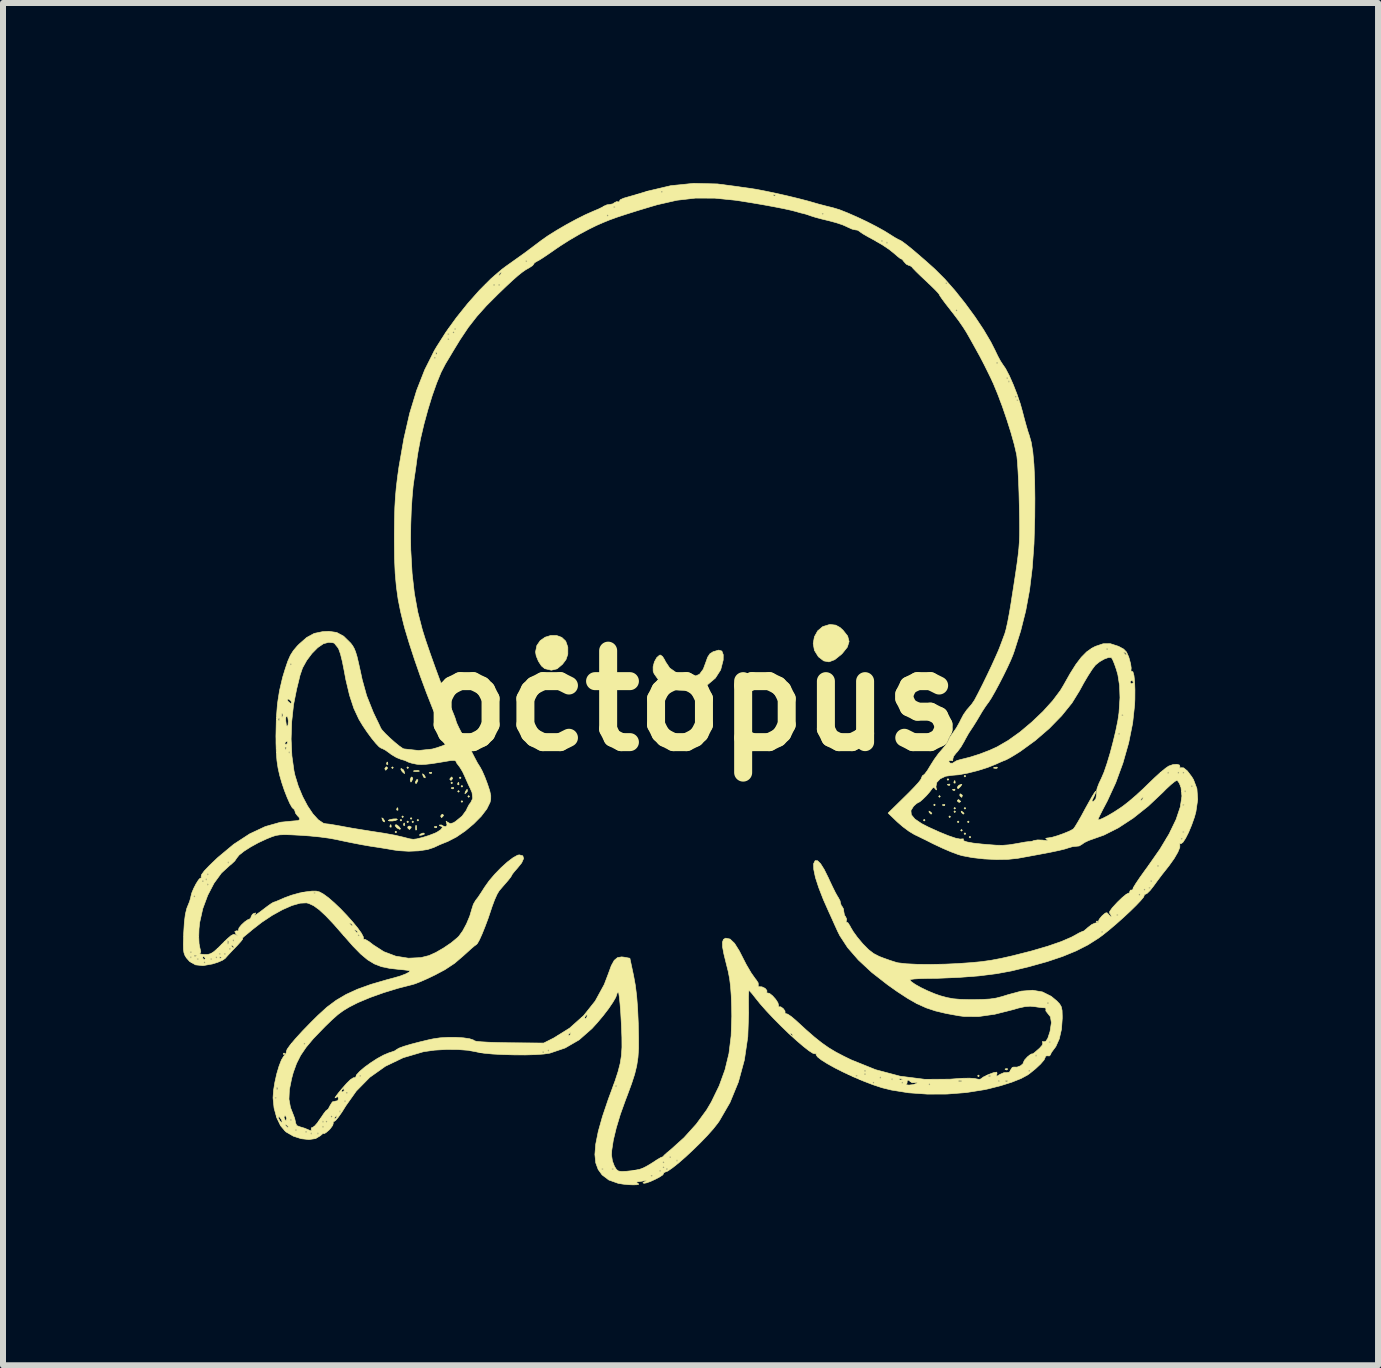
<source format=kicad_pcb>
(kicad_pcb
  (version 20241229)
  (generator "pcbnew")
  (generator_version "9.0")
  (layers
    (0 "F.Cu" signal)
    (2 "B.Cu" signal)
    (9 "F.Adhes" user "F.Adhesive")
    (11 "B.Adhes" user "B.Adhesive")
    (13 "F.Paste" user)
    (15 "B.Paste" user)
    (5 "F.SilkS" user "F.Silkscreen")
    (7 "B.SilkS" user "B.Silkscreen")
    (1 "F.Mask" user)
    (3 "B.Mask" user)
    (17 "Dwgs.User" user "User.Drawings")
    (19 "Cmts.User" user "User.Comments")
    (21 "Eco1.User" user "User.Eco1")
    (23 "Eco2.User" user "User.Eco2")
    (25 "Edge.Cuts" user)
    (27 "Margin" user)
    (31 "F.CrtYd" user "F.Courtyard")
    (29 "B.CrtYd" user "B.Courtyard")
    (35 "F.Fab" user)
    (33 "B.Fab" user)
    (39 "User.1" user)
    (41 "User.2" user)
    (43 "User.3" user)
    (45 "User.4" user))
  (footprint "octopus"
    (layer "F.Cu")
    (at 8.499 8.627)
    (property "Reference" "octopus" (at 0 0 0) (layer "F.SilkS") (effects (font (size 1.524 1.524) (thickness 0.3))))
    (attr through_hole)
    (fp_poly (pts (xy -6.802 5.884) (xy -6.816 5.898) (xy -6.83 5.884) (xy -6.816 5.87) (xy -6.802 5.884)) (stroke (width 0.01) (type solid)) (fill yes) (layer "F.SilkS"))
    (fp_poly (pts (xy -4.995 1.115) (xy -5.009 1.129) (xy -5.024 1.115) (xy -5.009 1.101) (xy -4.995 1.115)) (stroke (width 0.01) (type solid)) (fill yes) (layer "F.SilkS"))
    (fp_poly (pts (xy -4.939 2.187) (xy -4.953 2.201) (xy -4.967 2.187) (xy -4.953 2.173) (xy -4.939 2.187)) (stroke (width 0.01) (type solid)) (fill yes) (layer "F.SilkS"))
    (fp_poly (pts (xy -4.854 1.99) (xy -4.868 2.004) (xy -4.882 1.99) (xy -4.868 1.976) (xy -4.854 1.99)) (stroke (width 0.01) (type solid)) (fill yes) (layer "F.SilkS"))
    (fp_poly (pts (xy -4.826 1.933) (xy -4.84 1.947) (xy -4.854 1.933) (xy -4.84 1.919) (xy -4.826 1.933)) (stroke (width 0.01) (type solid)) (fill yes) (layer "F.SilkS"))
    (fp_poly (pts (xy -4.741 1.115) (xy -4.755 1.129) (xy -4.77 1.115) (xy -4.755 1.101) (xy -4.741 1.115)) (stroke (width 0.01) (type solid)) (fill yes) (layer "F.SilkS"))
    (fp_poly (pts (xy -4.741 2.018) (xy -4.755 2.032) (xy -4.77 2.018) (xy -4.755 2.004) (xy -4.741 2.018)) (stroke (width 0.01) (type solid)) (fill yes) (layer "F.SilkS"))
    (fp_poly (pts (xy -4.685 1.961) (xy -4.699 1.976) (xy -4.713 1.961) (xy -4.699 1.947) (xy -4.685 1.961)) (stroke (width 0.01) (type solid)) (fill yes) (layer "F.SilkS"))
    (fp_poly (pts (xy -4.657 2.018) (xy -4.671 2.032) (xy -4.685 2.018) (xy -4.671 2.004) (xy -4.657 2.018)) (stroke (width 0.01) (type solid)) (fill yes) (layer "F.SilkS"))
    (fp_poly (pts (xy -4.572 1.99) (xy -4.586 2.004) (xy -4.6 1.99) (xy -4.586 1.976) (xy -4.572 1.99)) (stroke (width 0.01) (type solid)) (fill yes) (layer "F.SilkS"))
    (fp_poly (pts (xy -4.008 1.369) (xy -4.022 1.383) (xy -4.036 1.369) (xy -4.022 1.355) (xy -4.008 1.369)) (stroke (width 0.01) (type solid)) (fill yes) (layer "F.SilkS"))
    (fp_poly (pts (xy -3.895 1.51) (xy -3.909 1.524) (xy -3.923 1.51) (xy -3.909 1.496) (xy -3.895 1.51)) (stroke (width 0.01) (type solid)) (fill yes) (layer "F.SilkS"))
    (fp_poly (pts (xy -3.866 1.284) (xy -3.881 1.298) (xy -3.895 1.284) (xy -3.881 1.27) (xy -3.866 1.284)) (stroke (width 0.01) (type solid)) (fill yes) (layer "F.SilkS"))
    (fp_poly (pts (xy -3.838 1.425) (xy -3.852 1.439) (xy -3.866 1.425) (xy -3.852 1.411) (xy -3.838 1.425)) (stroke (width 0.01) (type solid)) (fill yes) (layer "F.SilkS"))
    (fp_poly (pts (xy -3.838 1.679) (xy -3.852 1.693) (xy -3.866 1.679) (xy -3.852 1.665) (xy -3.838 1.679)) (stroke (width 0.01) (type solid)) (fill yes) (layer "F.SilkS"))
    (fp_poly (pts (xy -3.725 1.595) (xy -3.739 1.609) (xy -3.754 1.595) (xy -3.739 1.58) (xy -3.725 1.595)) (stroke (width 0.01) (type solid)) (fill yes) (layer "F.SilkS"))
    (fp_poly (pts (xy 3.866 1.99) (xy 3.852 2.004) (xy 3.838 1.99) (xy 3.852 1.976) (xy 3.866 1.99)) (stroke (width 0.01) (type solid)) (fill yes) (layer "F.SilkS"))
    (fp_poly (pts (xy 4.036 1.736) (xy 4.022 1.75) (xy 4.008 1.736) (xy 4.022 1.722) (xy 4.036 1.736)) (stroke (width 0.01) (type solid)) (fill yes) (layer "F.SilkS"))
    (fp_poly (pts (xy 4.12 1.595) (xy 4.106 1.609) (xy 4.092 1.595) (xy 4.106 1.58) (xy 4.12 1.595)) (stroke (width 0.01) (type solid)) (fill yes) (layer "F.SilkS"))
    (fp_poly (pts (xy 4.262 1.312) (xy 4.247 1.326) (xy 4.233 1.312) (xy 4.247 1.298) (xy 4.262 1.312)) (stroke (width 0.01) (type solid)) (fill yes) (layer "F.SilkS"))
    (fp_poly (pts (xy 4.29 1.933) (xy 4.276 1.947) (xy 4.262 1.933) (xy 4.276 1.919) (xy 4.29 1.933)) (stroke (width 0.01) (type solid)) (fill yes) (layer "F.SilkS"))
    (fp_poly (pts (xy 4.374 1.792) (xy 4.36 1.806) (xy 4.346 1.792) (xy 4.36 1.778) (xy 4.374 1.792)) (stroke (width 0.01) (type solid)) (fill yes) (layer "F.SilkS"))
    (fp_poly (pts (xy 4.374 1.849) (xy 4.36 1.863) (xy 4.346 1.849) (xy 4.36 1.834) (xy 4.374 1.849)) (stroke (width 0.01) (type solid)) (fill yes) (layer "F.SilkS"))
    (fp_poly (pts (xy 4.431 2.018) (xy 4.417 2.032) (xy 4.403 2.018) (xy 4.417 2.004) (xy 4.431 2.018)) (stroke (width 0.01) (type solid)) (fill yes) (layer "F.SilkS"))
    (fp_poly (pts (xy 4.487 2.159) (xy 4.473 2.173) (xy 4.459 2.159) (xy 4.473 2.145) (xy 4.487 2.159)) (stroke (width 0.01) (type solid)) (fill yes) (layer "F.SilkS"))
    (fp_poly (pts (xy 4.544 1.256) (xy 4.53 1.27) (xy 4.516 1.256) (xy 4.53 1.242) (xy 4.544 1.256)) (stroke (width 0.01) (type solid)) (fill yes) (layer "F.SilkS"))
    (fp_poly (pts (xy 4.544 1.792) (xy 4.53 1.806) (xy 4.516 1.792) (xy 4.53 1.778) (xy 4.544 1.792)) (stroke (width 0.01) (type solid)) (fill yes) (layer "F.SilkS"))
    (fp_poly (pts (xy 4.544 2.215) (xy 4.53 2.23) (xy 4.516 2.215) (xy 4.53 2.201) (xy 4.544 2.215)) (stroke (width 0.01) (type solid)) (fill yes) (layer "F.SilkS"))
    (fp_poly (pts (xy 4.6 2.018) (xy 4.586 2.032) (xy 4.572 2.018) (xy 4.586 2.004) (xy 4.6 2.018)) (stroke (width 0.01) (type solid)) (fill yes) (layer "F.SilkS"))
    (fp_poly (pts (xy 4.628 2.272) (xy 4.614 2.286) (xy 4.6 2.272) (xy 4.614 2.258) (xy 4.628 2.272)) (stroke (width 0.01) (type solid)) (fill yes) (layer "F.SilkS"))
    (fp_poly (pts (xy 4.77 6.251) (xy 4.755 6.265) (xy 4.741 6.251) (xy 4.755 6.237) (xy 4.77 6.251)) (stroke (width 0.01) (type solid)) (fill yes) (layer "F.SilkS"))
    (fp_poly (pts (xy 6.745 3.683) (xy 6.731 3.697) (xy 6.717 3.683) (xy 6.731 3.669) (xy 6.745 3.683)) (stroke (width 0.01) (type solid)) (fill yes) (layer "F.SilkS"))
    (fp_poly (pts (xy -5.089 1.025) (xy -5.086 1.059) (xy -5.089 1.063) (xy -5.106 1.059) (xy -5.108 1.044) (xy -5.098 1.021) (xy -5.089 1.025)) (stroke (width 0.01) (type solid)) (fill yes) (layer "F.SilkS"))
    (fp_poly (pts (xy -5.033 2.07) (xy -5.03 2.103) (xy -5.033 2.107) (xy -5.05 2.103) (xy -5.052 2.088) (xy -5.041 2.065) (xy -5.033 2.07)) (stroke (width 0.01) (type solid)) (fill yes) (layer "F.SilkS"))
    (fp_poly (pts (xy -4.92 1.787) (xy -4.917 1.821) (xy -4.92 1.825) (xy -4.937 1.821) (xy -4.939 1.806) (xy -4.929 1.783) (xy -4.92 1.787)) (stroke (width 0.01) (type solid)) (fill yes) (layer "F.SilkS"))
    (fp_poly (pts (xy -4.807 2.041) (xy -4.804 2.075) (xy -4.807 2.079) (xy -4.824 2.075) (xy -4.826 2.06) (xy -4.816 2.037) (xy -4.807 2.041)) (stroke (width 0.01) (type solid)) (fill yes) (layer "F.SilkS"))
    (fp_poly (pts (xy -4.61 2.081) (xy -4.606 2.139) (xy -4.61 2.152) (xy -4.62 2.155) (xy -4.624 2.117) (xy -4.62 2.077) (xy -4.61 2.081)) (stroke (width 0.01) (type solid)) (fill yes) (layer "F.SilkS"))
    (fp_poly (pts (xy -4.356 1.195) (xy -4.36 1.212) (xy -4.374 1.214) (xy -4.398 1.203) (xy -4.393 1.195) (xy -4.36 1.191) (xy -4.356 1.195)) (stroke (width 0.01) (type solid)) (fill yes) (layer "F.SilkS"))
    (fp_poly (pts (xy -4.271 2.098) (xy -4.275 2.115) (xy -4.29 2.117) (xy -4.313 2.106) (xy -4.309 2.098) (xy -4.275 2.094) (xy -4.271 2.098)) (stroke (width 0.01) (type solid)) (fill yes) (layer "F.SilkS"))
    (fp_poly (pts (xy -3.989 1.449) (xy -3.993 1.466) (xy -4.008 1.468) (xy -4.031 1.457) (xy -4.026 1.449) (xy -3.993 1.445) (xy -3.989 1.449)) (stroke (width 0.01) (type solid)) (fill yes) (layer "F.SilkS"))
    (fp_poly (pts (xy -3.904 1.364) (xy -3.901 1.398) (xy -3.904 1.402) (xy -3.921 1.398) (xy -3.923 1.383) (xy -3.913 1.36) (xy -3.904 1.364)) (stroke (width 0.01) (type solid)) (fill yes) (layer "F.SilkS"))
    (fp_poly (pts (xy 4.196 1.731) (xy 4.192 1.748) (xy 4.177 1.75) (xy 4.154 1.739) (xy 4.158 1.731) (xy 4.192 1.728) (xy 4.196 1.731)) (stroke (width 0.01) (type solid)) (fill yes) (layer "F.SilkS"))
    (fp_poly (pts (xy 4.28 1.392) (xy 4.276 1.409) (xy 4.262 1.411) (xy 4.238 1.401) (xy 4.243 1.392) (xy 4.276 1.389) (xy 4.28 1.392)) (stroke (width 0.01) (type solid)) (fill yes) (layer "F.SilkS"))
    (fp_poly (pts (xy 4.365 1.336) (xy 4.368 1.369) (xy 4.365 1.373) (xy 4.348 1.37) (xy 4.346 1.355) (xy 4.357 1.331) (xy 4.365 1.336)) (stroke (width 0.01) (type solid)) (fill yes) (layer "F.SilkS"))
    (fp_poly (pts (xy 4.365 1.477) (xy 4.361 1.494) (xy 4.346 1.496) (xy 4.323 1.485) (xy 4.327 1.477) (xy 4.361 1.474) (xy 4.365 1.477)) (stroke (width 0.01) (type solid)) (fill yes) (layer "F.SilkS"))
    (fp_poly (pts (xy 5.072 1.112) (xy 5.064 1.125) (xy 5.035 1.127) (xy 5.005 1.12) (xy 5.018 1.11) (xy 5.062 1.106) (xy 5.072 1.112)) (stroke (width 0.01) (type solid)) (fill yes) (layer "F.SilkS"))
    (fp_poly (pts (xy 5.24 6.134) (xy 5.236 6.15) (xy 5.221 6.152) (xy 5.198 6.142) (xy 5.202 6.134) (xy 5.236 6.13) (xy 5.24 6.134)) (stroke (width 0.01) (type solid)) (fill yes) (layer "F.SilkS"))
    (fp_poly (pts (xy -5.165 1.964) (xy -5.161 1.968) (xy -5.139 2.005) (xy -5.142 2.019) (xy -5.163 2.01) (xy -5.177 1.984) (xy -5.186 1.951) (xy -5.165 1.964)) (stroke (width 0.01) (type solid)) (fill yes) (layer "F.SilkS"))
    (fp_poly (pts (xy -4.904 2.094) (xy -4.874 2.134) (xy -4.888 2.143) (xy -4.935 2.119) (xy -4.964 2.085) (xy -4.963 2.069) (xy -4.939 2.067) (xy -4.904 2.094)) (stroke (width 0.01) (type solid)) (fill yes) (layer "F.SilkS"))
    (fp_poly (pts (xy -4.585 1.317) (xy -4.589 1.339) (xy -4.612 1.379) (xy -4.627 1.372) (xy -4.628 1.356) (xy -4.608 1.318) (xy -4.601 1.313) (xy -4.585 1.317)) (stroke (width 0.01) (type solid)) (fill yes) (layer "F.SilkS"))
    (fp_poly (pts (xy -4.488 1.231) (xy -4.484 1.234) (xy -4.462 1.271) (xy -4.465 1.285) (xy -4.486 1.276) (xy -4.5 1.25) (xy -4.508 1.217) (xy -4.488 1.231)) (stroke (width 0.01) (type solid)) (fill yes) (layer "F.SilkS"))
    (fp_poly (pts (xy -4.483 2.207) (xy -4.477 2.222) (xy -4.513 2.237) (xy -4.557 2.244) (xy -4.552 2.226) (xy -4.55 2.225) (xy -4.502 2.205) (xy -4.483 2.207)) (stroke (width 0.01) (type solid)) (fill yes) (layer "F.SilkS"))
    (fp_poly (pts (xy -3.762 1.511) (xy -3.778 1.532) (xy -3.802 1.549) (xy -3.796 1.521) (xy -3.794 1.516) (xy -3.772 1.481) (xy -3.759 1.481) (xy -3.762 1.511)) (stroke (width 0.01) (type solid)) (fill yes) (layer "F.SilkS"))
    (fp_poly (pts (xy 3.947 1.846) (xy 3.977 1.872) (xy 3.979 1.878) (xy 3.966 1.89) (xy 3.938 1.864) (xy 3.934 1.858) (xy 3.931 1.839) (xy 3.947 1.846)) (stroke (width 0.01) (type solid)) (fill yes) (layer "F.SilkS"))
    (fp_poly (pts (xy 4.483 1.846) (xy 4.513 1.872) (xy 4.516 1.878) (xy 4.502 1.89) (xy 4.474 1.864) (xy 4.471 1.858) (xy 4.467 1.839) (xy 4.483 1.846)) (stroke (width 0.01) (type solid)) (fill yes) (layer "F.SilkS"))
    (fp_poly (pts (xy -5.09 1.118) (xy -5.094 1.129) (xy -5.119 1.156) (xy -5.124 1.157) (xy -5.136 1.135) (xy -5.136 1.129) (xy -5.115 1.102) (xy -5.107 1.101) (xy -5.09 1.118)) (stroke (width 0.01) (type solid)) (fill yes) (layer "F.SilkS"))
    (fp_poly (pts (xy -4.827 1.151) (xy -4.816 1.171) (xy -4.807 1.208) (xy -4.809 1.214) (xy -4.833 1.195) (xy -4.854 1.171) (xy -4.871 1.137) (xy -4.861 1.129) (xy -4.827 1.151)) (stroke (width 0.01) (type solid)) (fill yes) (layer "F.SilkS"))
    (fp_poly (pts (xy -4.697 2.102) (xy -4.699 2.117) (xy -4.723 2.144) (xy -4.727 2.145) (xy -4.75 2.125) (xy -4.755 2.117) (xy -4.749 2.093) (xy -4.727 2.088) (xy -4.697 2.102)) (stroke (width 0.01) (type solid)) (fill yes) (layer "F.SilkS"))
    (fp_poly (pts (xy -4.67 1.291) (xy -4.675 1.312) (xy -4.695 1.349) (xy -4.702 1.355) (xy -4.712 1.332) (xy -4.713 1.312) (xy -4.698 1.275) (xy -4.686 1.27) (xy -4.67 1.291)) (stroke (width 0.01) (type solid)) (fill yes) (layer "F.SilkS"))
    (fp_poly (pts (xy -4.564 1.167) (xy -4.563 1.176) (xy -4.608 1.18) (xy -4.614 1.18) (xy -4.658 1.176) (xy -4.654 1.167) (xy -4.649 1.166) (xy -4.588 1.162) (xy -4.564 1.167)) (stroke (width 0.01) (type solid)) (fill yes) (layer "F.SilkS"))
    (fp_poly (pts (xy -4.158 1.908) (xy -4.163 1.919) (xy -4.188 1.946) (xy -4.193 1.947) (xy -4.205 1.925) (xy -4.205 1.919) (xy -4.183 1.892) (xy -4.175 1.891) (xy -4.158 1.908)) (stroke (width 0.01) (type solid)) (fill yes) (layer "F.SilkS"))
    (fp_poly (pts (xy -4.008 1.292) (xy -4.008 1.298) (xy -4.029 1.325) (xy -4.037 1.326) (xy -4.054 1.309) (xy -4.05 1.298) (xy -4.025 1.271) (xy -4.02 1.27) (xy -4.008 1.292)) (stroke (width 0.01) (type solid)) (fill yes) (layer "F.SilkS"))
    (fp_poly (pts (xy 4.431 1.651) (xy 4.458 1.676) (xy 4.459 1.681) (xy 4.437 1.693) (xy 4.431 1.693) (xy 4.404 1.672) (xy 4.403 1.663) (xy 4.42 1.647) (xy 4.431 1.651)) (stroke (width 0.01) (type solid)) (fill yes) (layer "F.SilkS"))
    (fp_poly (pts (xy 4.466 1.416) (xy 4.46 1.425) (xy 4.42 1.464) (xy 4.404 1.455) (xy 4.403 1.442) (xy 4.425 1.412) (xy 4.449 1.399) (xy 4.479 1.392) (xy 4.466 1.416)) (stroke (width 0.01) (type solid)) (fill yes) (layer "F.SilkS"))
    (fp_poly (pts (xy 4.486 1.573) (xy 4.487 1.58) (xy 4.478 1.608) (xy 4.475 1.609) (xy 4.451 1.589) (xy 4.445 1.58) (xy 4.447 1.554) (xy 4.457 1.552) (xy 4.486 1.573)) (stroke (width 0.01) (type solid)) (fill yes) (layer "F.SilkS"))
    (fp_poly (pts (xy -4.927 1.98) (xy -4.928 1.981) (xy -4.959 1.995) (xy -5.012 2.004) (xy -5.062 2.003) (xy -5.08 1.993) (xy -5.056 1.982) (xy -4.997 1.97) (xy -4.997 1.97) (xy -4.943 1.968) (xy -4.927 1.98)) (stroke (width 0.01) (type solid)) (fill yes) (layer "F.SilkS"))
    (fp_poly (pts (xy -2.275 -1.088) (xy -2.188 -1.056) (xy -2.122 -0.993) (xy -2.088 -0.896) (xy -2.087 -0.889) (xy -2.087 -0.776) (xy -2.117 -0.687) (xy -2.176 -0.608) (xy -2.266 -0.532) (xy -2.362 -0.509) (xy -2.472 -0.535) (xy -2.526 -0.58) (xy -2.577 -0.658) (xy -2.614 -0.748) (xy -2.625 -0.814) (xy -2.603 -0.921) (xy -2.546 -1.003) (xy -2.465 -1.059) (xy -2.371 -1.088) (xy -2.275 -1.088)) (stroke (width 0.01) (type solid)) (fill yes) (layer "F.SilkS"))
    (fp_poly (pts (xy 2.378 -1.26) (xy 2.449 -1.221) (xy 2.5 -1.174) (xy 2.576 -1.078) (xy 2.6 -0.987) (xy 2.571 -0.894) (xy 2.49 -0.792) (xy 2.469 -0.771) (xy 2.36 -0.684) (xy 2.265 -0.648) (xy 2.178 -0.664) (xy 2.092 -0.73) (xy 2.086 -0.737) (xy 2.022 -0.84) (xy 2.002 -0.954) (xy 2.022 -1.066) (xy 2.076 -1.164) (xy 2.16 -1.235) (xy 2.27 -1.269) (xy 2.294 -1.27) (xy 2.378 -1.26)) (stroke (width 0.01) (type solid)) (fill yes) (layer "F.SilkS"))
    (fp_poly (pts (xy 0.48 -0.828) (xy 0.503 -0.767) (xy 0.502 -0.678) (xy 0.46 -0.515) (xy 0.372 -0.378) (xy 0.246 -0.271) (xy 0.088 -0.201) (xy -0.093 -0.173) (xy -0.127 -0.173) (xy -0.231 -0.177) (xy -0.32 -0.184) (xy -0.361 -0.189) (xy -0.432 -0.223) (xy -0.514 -0.288) (xy -0.592 -0.37) (xy -0.649 -0.451) (xy -0.665 -0.492) (xy -0.666 -0.567) (xy -0.644 -0.649) (xy -0.605 -0.719) (xy -0.559 -0.759) (xy -0.544 -0.762) (xy -0.509 -0.738) (xy -0.472 -0.678) (xy -0.461 -0.653) (xy -0.389 -0.545) (xy -0.272 -0.463) (xy -0.119 -0.412) (xy -0.09 -0.407) (xy 0.023 -0.404) (xy 0.108 -0.442) (xy 0.17 -0.526) (xy 0.209 -0.631) (xy 0.243 -0.726) (xy 0.281 -0.783) (xy 0.334 -0.817) (xy 0.338 -0.818) (xy 0.427 -0.844) (xy 0.48 -0.828)) (stroke (width 0.01) (type solid)) (fill yes) (layer "F.SilkS"))
    (fp_poly (pts (xy 0.406 -8.612) (xy 0.734 -8.569) (xy 0.807 -8.558) (xy 0.902 -8.545) (xy 0.931 -8.541) (xy 1.048 -8.523) (xy 1.203 -8.493) (xy 1.381 -8.456) (xy 1.567 -8.414) (xy 1.745 -8.371) (xy 1.9 -8.331) (xy 1.957 -8.315) (xy 2.089 -8.277) (xy 2.222 -8.242) (xy 2.332 -8.215) (xy 2.342 -8.212) (xy 2.441 -8.182) (xy 2.575 -8.129) (xy 2.73 -8.061) (xy 2.894 -7.984) (xy 3.052 -7.903) (xy 3.191 -7.826) (xy 3.281 -7.77) (xy 3.36 -7.72) (xy 3.42 -7.686) (xy 3.444 -7.676) (xy 3.477 -7.658) (xy 3.545 -7.608) (xy 3.639 -7.533) (xy 3.752 -7.437) (xy 3.878 -7.328) (xy 4.009 -7.211) (xy 4.042 -7.18) (xy 4.197 -7.025) (xy 4.364 -6.835) (xy 4.533 -6.623) (xy 4.695 -6.402) (xy 4.841 -6.183) (xy 4.961 -5.98) (xy 5.031 -5.842) (xy 5.078 -5.744) (xy 5.122 -5.662) (xy 5.153 -5.615) (xy 5.153 -5.614) (xy 5.207 -5.536) (xy 5.27 -5.416) (xy 5.335 -5.269) (xy 5.398 -5.108) (xy 5.453 -4.947) (xy 5.487 -4.826) (xy 5.522 -4.692) (xy 5.556 -4.569) (xy 5.585 -4.472) (xy 5.6 -4.43) (xy 5.634 -4.311) (xy 5.661 -4.148) (xy 5.68 -3.939) (xy 5.692 -3.681) (xy 5.696 -3.371) (xy 5.694 -3.062) (xy 5.681 -2.615) (xy 5.652 -2.213) (xy 5.607 -1.844) (xy 5.543 -1.498) (xy 5.459 -1.164) (xy 5.354 -0.832) (xy 5.33 -0.764) (xy 5.292 -0.672) (xy 5.237 -0.553) (xy 5.171 -0.418) (xy 5.1 -0.28) (xy 5.031 -0.152) (xy 4.97 -0.045) (xy 4.923 0.027) (xy 4.911 0.042) (xy 4.87 0.099) (xy 4.816 0.182) (xy 4.782 0.24) (xy 4.725 0.336) (xy 4.668 0.427) (xy 4.642 0.466) (xy 4.591 0.544) (xy 4.536 0.642) (xy 4.518 0.677) (xy 4.465 0.768) (xy 4.406 0.848) (xy 4.384 0.871) (xy 4.341 0.926) (xy 4.328 0.972) (xy 4.329 0.975) (xy 4.325 1.001) (xy 4.302 0.997) (xy 4.267 0.999) (xy 4.262 1.013) (xy 4.282 1.039) (xy 4.325 1.041) (xy 4.358 1.019) (xy 4.394 0.998) (xy 4.462 0.978) (xy 4.48 0.974) (xy 4.616 0.94) (xy 4.779 0.888) (xy 4.943 0.825) (xy 5.066 0.769) (xy 5.252 0.661) (xy 5.449 0.52) (xy 5.645 0.355) (xy 5.831 0.178) (xy 5.993 -0.001) (xy 6.121 -0.172) (xy 6.17 -0.253) (xy 6.283 -0.453) (xy 6.38 -0.607) (xy 6.469 -0.724) (xy 6.554 -0.81) (xy 7.173 -0.81) (xy 7.18 -0.795) (xy 7.208 -0.764) (xy 7.225 -0.77) (xy 7.225 -0.774) (xy 7.205 -0.798) (xy 7.192 -0.807) (xy 7.173 -0.81) (xy 6.554 -0.81) (xy 6.554 -0.811) (xy 6.624 -0.861) (xy 6.886 -0.861) (xy 6.9 -0.847) (xy 6.914 -0.861) (xy 6.9 -0.875) (xy 6.886 -0.861) (xy 6.624 -0.861) (xy 6.642 -0.874) (xy 6.703 -0.906) (xy 6.833 -0.95) (xy 6.954 -0.951) (xy 7.087 -0.908) (xy 7.097 -0.903) (xy 7.175 -0.861) (xy 7.223 -0.811) (xy 7.259 -0.731) (xy 7.267 -0.705) (xy 7.291 -0.616) (xy 7.301 -0.545) (xy 7.298 -0.52) (xy 7.297 -0.491) (xy 7.308 -0.493) (xy 7.33 -0.481) (xy 7.347 -0.42) (xy 7.358 -0.318) (xy 7.363 -0.183) (xy 7.362 -0.022) (xy 7.358 0.068) (xy 7.325 0.373) (xy 7.259 0.701) (xy 7.163 1.038) (xy 7.043 1.366) (xy 6.904 1.668) (xy 6.886 1.702) (xy 6.828 1.812) (xy 6.782 1.903) (xy 6.753 1.963) (xy 6.745 1.982) (xy 6.767 1.984) (xy 6.825 1.96) (xy 6.909 1.917) (xy 7.008 1.859) (xy 7.111 1.792) (xy 7.166 1.754) (xy 7.262 1.679) (xy 7.281 1.663) (xy 7.458 1.663) (xy 7.461 1.665) (xy 7.487 1.645) (xy 7.493 1.637) (xy 7.5 1.611) (xy 7.496 1.609) (xy 7.471 1.629) (xy 7.465 1.637) (xy 7.458 1.663) (xy 7.281 1.663) (xy 7.38 1.578) (xy 7.503 1.465) (xy 7.589 1.381) (xy 7.693 1.281) (xy 7.783 1.199) (xy 7.902 1.199) (xy 7.916 1.214) (xy 7.93 1.199) (xy 8.072 1.199) (xy 8.086 1.214) (xy 8.1 1.199) (xy 8.156 1.199) (xy 8.17 1.214) (xy 8.184 1.199) (xy 8.17 1.185) (xy 8.156 1.199) (xy 8.1 1.199) (xy 8.086 1.185) (xy 8.072 1.199) (xy 7.93 1.199) (xy 7.916 1.185) (xy 7.902 1.199) (xy 7.783 1.199) (xy 7.791 1.192) (xy 7.874 1.124) (xy 7.925 1.089) (xy 7.996 1.064) (xy 8.061 1.059) (xy 8.105 1.071) (xy 8.113 1.101) (xy 8.11 1.107) (xy 8.109 1.124) (xy 8.125 1.116) (xy 8.174 1.118) (xy 8.236 1.169) (xy 8.309 1.265) (xy 8.339 1.314) (xy 8.396 1.465) (xy 8.409 1.645) (xy 8.379 1.85) (xy 8.355 1.939) (xy 8.307 2.074) (xy 8.256 2.196) (xy 8.206 2.294) (xy 8.162 2.36) (xy 8.129 2.383) (xy 8.123 2.381) (xy 8.104 2.379) (xy 8.111 2.394) (xy 8.111 2.443) (xy 8.078 2.524) (xy 8.017 2.629) (xy 7.933 2.747) (xy 7.897 2.793) (xy 7.813 2.899) (xy 7.726 3.015) (xy 7.674 3.087) (xy 7.616 3.161) (xy 7.566 3.21) (xy 7.538 3.224) (xy 7.515 3.231) (xy 7.519 3.242) (xy 7.507 3.272) (xy 7.458 3.331) (xy 7.381 3.412) (xy 7.282 3.509) (xy 7.17 3.613) (xy 7.051 3.719) (xy 6.933 3.819) (xy 6.823 3.907) (xy 6.753 3.958) (xy 6.578 4.069) (xy 6.383 4.168) (xy 6.159 4.26) (xy 5.9 4.347) (xy 5.598 4.431) (xy 5.306 4.502) (xy 5.057 4.548) (xy 4.762 4.585) (xy 4.432 4.61) (xy 4.075 4.625) (xy 3.902 4.627) (xy 3.782 4.63) (xy 3.686 4.636) (xy 3.626 4.644) (xy 3.612 4.651) (xy 3.637 4.682) (xy 3.702 4.727) (xy 3.797 4.78) (xy 3.909 4.834) (xy 4.026 4.883) (xy 4.12 4.916) (xy 4.231 4.946) (xy 4.337 4.966) (xy 4.456 4.976) (xy 4.606 4.98) (xy 4.671 4.98) (xy 4.828 4.977) (xy 4.948 4.97) (xy 5.049 4.955) (xy 5.15 4.929) (xy 5.249 4.898) (xy 5.469 4.839) (xy 5.658 4.824) (xy 5.822 4.852) (xy 5.968 4.925) (xy 6.061 5.002) (xy 6.109 5.053) (xy 6.136 5.1) (xy 6.149 5.161) (xy 6.152 5.255) (xy 6.152 5.292) (xy 6.139 5.474) (xy 6.102 5.635) (xy 6.045 5.762) (xy 6.01 5.809) (xy 5.97 5.863) (xy 5.955 5.9) (xy 5.934 5.92) (xy 5.913 5.916) (xy 5.876 5.92) (xy 5.87 5.938) (xy 5.849 5.985) (xy 5.791 6.053) (xy 5.707 6.132) (xy 5.609 6.211) (xy 5.574 6.236) (xy 5.465 6.295) (xy 5.311 6.356) (xy 5.124 6.415) (xy 4.915 6.468) (xy 4.854 6.481) (xy 4.552 6.529) (xy 4.23 6.554) (xy 3.905 6.555) (xy 3.592 6.533) (xy 3.305 6.487) (xy 3.147 6.448) (xy 2.999 6.399) (xy 2.996 6.398) (xy 3.548 6.398) (xy 3.592 6.404) (xy 3.598 6.404) (xy 3.674 6.396) (xy 3.682 6.392) (xy 3.923 6.392) (xy 3.937 6.406) (xy 3.951 6.392) (xy 3.937 6.378) (xy 3.923 6.392) (xy 3.682 6.392) (xy 3.725 6.376) (xy 3.747 6.357) (xy 3.721 6.36) (xy 3.707 6.363) (xy 3.651 6.366) (xy 3.627 6.351) (xy 3.617 6.343) (xy 4.415 6.343) (xy 4.443 6.348) (xy 4.479 6.343) (xy 4.48 6.336) (xy 5.08 6.336) (xy 5.094 6.35) (xy 5.108 6.336) (xy 5.104 6.331) (xy 5.202 6.331) (xy 5.206 6.348) (xy 5.221 6.35) (xy 5.244 6.34) (xy 5.24 6.331) (xy 5.206 6.328) (xy 5.202 6.331) (xy 5.104 6.331) (xy 5.094 6.322) (xy 5.08 6.336) (xy 4.48 6.336) (xy 4.48 6.333) (xy 4.442 6.326) (xy 4.426 6.331) (xy 4.415 6.343) (xy 3.617 6.343) (xy 3.59 6.323) (xy 3.581 6.322) (xy 3.565 6.339) (xy 3.569 6.348) (xy 3.563 6.379) (xy 3.549 6.388) (xy 3.548 6.398) (xy 2.996 6.398) (xy 2.908 6.364) (xy 2.992 6.364) (xy 3.006 6.378) (xy 3.02 6.364) (xy 3.471 6.364) (xy 3.485 6.378) (xy 3.5 6.364) (xy 3.485 6.35) (xy 3.471 6.364) (xy 3.02 6.364) (xy 3.006 6.35) (xy 2.992 6.364) (xy 2.908 6.364) (xy 2.84 6.338) (xy 2.769 6.308) (xy 3.302 6.308) (xy 3.316 6.322) (xy 3.323 6.315) (xy 3.427 6.315) (xy 3.455 6.32) (xy 3.491 6.314) (xy 3.492 6.305) (xy 3.454 6.298) (xy 3.438 6.302) (xy 3.427 6.315) (xy 3.323 6.315) (xy 3.33 6.308) (xy 3.316 6.294) (xy 3.302 6.308) (xy 2.769 6.308) (xy 2.702 6.279) (xy 3.104 6.279) (xy 3.119 6.294) (xy 3.133 6.279) (xy 3.119 6.265) (xy 3.104 6.279) (xy 2.702 6.279) (xy 2.677 6.269) (xy 2.639 6.251) (xy 2.709 6.251) (xy 2.723 6.265) (xy 2.738 6.251) (xy 2.723 6.237) (xy 2.709 6.251) (xy 2.639 6.251) (xy 2.578 6.223) (xy 2.85 6.223) (xy 2.865 6.237) (xy 2.879 6.223) (xy 2.865 6.209) (xy 2.85 6.223) (xy 2.578 6.223) (xy 2.517 6.195) (xy 2.461 6.167) (xy 2.85 6.167) (xy 2.865 6.181) (xy 2.879 6.167) (xy 2.865 6.152) (xy 2.85 6.167) (xy 2.461 6.167) (xy 2.369 6.121) (xy 2.241 6.05) (xy 2.139 5.986) (xy 2.073 5.934) (xy 2.049 5.898) (xy 2.051 5.891) (xy 2.051 5.875) (xy 2.035 5.883) (xy 1.998 5.875) (xy 1.929 5.831) (xy 1.836 5.758) (xy 1.724 5.662) (xy 1.6 5.549) (xy 1.59 5.54) (xy 1.613 5.54) (xy 1.62 5.555) (xy 1.649 5.586) (xy 1.665 5.58) (xy 1.665 5.576) (xy 1.645 5.552) (xy 1.633 5.543) (xy 1.613 5.54) (xy 1.59 5.54) (xy 1.471 5.425) (xy 1.343 5.296) (xy 1.223 5.169) (xy 1.117 5.049) (xy 1.039 4.952) (xy 0.985 4.883) (xy 0.945 4.838) (xy 0.931 4.827) (xy 0.927 4.853) (xy 0.924 4.925) (xy 0.924 5.033) (xy 0.925 5.166) (xy 0.926 5.2) (xy 0.912 5.599) (xy 0.855 5.986) (xy 0.755 6.354) (xy 0.615 6.695) (xy 0.438 7.001) (xy 0.41 7.041) (xy 0.334 7.137) (xy 0.235 7.248) (xy 0.12 7.367) (xy -0.003 7.487) (xy -0.126 7.602) (xy -0.242 7.703) (xy -0.343 7.783) (xy -0.421 7.837) (xy -0.468 7.855) (xy -0.493 7.869) (xy -0.491 7.879) (xy -0.506 7.902) (xy -0.558 7.936) (xy -0.632 7.975) (xy -0.711 8.011) (xy -0.781 8.035) (xy -0.818 8.041) (xy -0.836 8.033) (xy -0.804 8.013) (xy -0.771 7.995) (xy -0.787 7.994) (xy -0.818 8) (xy -0.89 8.012) (xy -0.931 8.017) (xy -0.949 8.025) (xy -0.917 8.043) (xy -0.905 8.057) (xy -0.936 8.065) (xy -0.998 8.067) (xy -1.079 8.064) (xy -1.166 8.055) (xy -1.246 8.042) (xy -1.252 8.04) (xy -1.404 7.986) (xy -1.496 7.916) (xy -0.706 7.916) (xy -0.691 7.93) (xy -0.677 7.916) (xy -0.691 7.902) (xy -0.706 7.916) (xy -1.496 7.916) (xy -1.516 7.901) (xy -1.582 7.809) (xy -1.584 7.803) (xy -1.524 7.803) (xy -1.51 7.818) (xy -1.496 7.803) (xy -1.355 7.803) (xy -1.341 7.818) (xy -1.326 7.803) (xy -1.341 7.789) (xy -1.355 7.803) (xy -1.496 7.803) (xy -1.51 7.789) (xy -1.524 7.803) (xy -1.584 7.803) (xy -1.622 7.7) (xy -1.636 7.561) (xy -1.622 7.388) (xy -1.58 7.178) (xy -1.51 6.929) (xy -1.411 6.636) (xy -1.369 6.523) (xy -1.332 6.421) (xy -1.298 6.421) (xy -1.284 6.435) (xy -1.27 6.421) (xy -1.284 6.406) (xy -1.298 6.421) (xy -1.332 6.421) (xy -1.3 6.335) (xy -1.25 6.181) (xy -1.215 6.045) (xy -1.194 5.914) (xy -1.185 5.774) (xy -1.186 5.61) (xy -1.194 5.407) (xy -1.197 5.349) (xy -1.206 5.189) (xy -1.217 5.05) (xy -1.228 4.943) (xy -1.238 4.874) (xy -1.246 4.854) (xy -1.268 4.877) (xy -1.27 4.89) (xy -1.288 4.942) (xy -1.337 5.026) (xy -1.409 5.132) (xy -1.498 5.248) (xy -1.596 5.365) (xy -1.685 5.463) (xy -1.899 5.651) (xy -2.132 5.786) (xy -2.386 5.872) (xy -2.485 5.887) (xy -2.627 5.897) (xy -2.797 5.902) (xy -2.982 5.901) (xy -3.167 5.896) (xy -3.34 5.887) (xy -3.486 5.873) (xy -3.588 5.856) (xy -2.512 5.856) (xy -2.498 5.87) (xy -2.484 5.856) (xy -2.498 5.842) (xy -2.512 5.856) (xy -3.588 5.856) (xy -3.593 5.855) (xy -3.609 5.851) (xy -3.732 5.828) (xy -2.427 5.828) (xy -2.413 5.842) (xy -2.399 5.828) (xy -2.413 5.814) (xy -2.427 5.828) (xy -3.732 5.828) (xy -3.746 5.825) (xy -3.92 5.812) (xy -4.113 5.811) (xy -4.304 5.822) (xy -4.477 5.846) (xy -4.501 5.851) (xy -4.83 5.948) (xy -5.126 6.09) (xy -5.387 6.275) (xy -5.612 6.504) (xy -5.783 6.745) (xy -5.85 6.852) (xy -5.91 6.938) (xy -5.955 6.992) (xy -5.976 7.007) (xy -5.998 7.02) (xy -5.995 7.036) (xy -6.005 7.076) (xy -6.047 7.133) (xy -6.067 7.154) (xy -6.119 7.198) (xy -6.149 7.214) (xy -6.152 7.211) (xy -6.168 7.211) (xy -6.207 7.245) (xy -6.21 7.248) (xy -6.29 7.296) (xy -6.401 7.312) (xy -6.53 7.298) (xy -6.66 7.256) (xy -6.738 7.211) (xy -6.378 7.211) (xy -6.364 7.225) (xy -6.35 7.211) (xy -6.265 7.211) (xy -6.251 7.225) (xy -6.237 7.211) (xy -6.251 7.197) (xy -6.265 7.211) (xy -6.35 7.211) (xy -6.364 7.197) (xy -6.378 7.211) (xy -6.738 7.211) (xy -6.779 7.187) (xy -6.785 7.183) (xy -6.463 7.183) (xy -6.449 7.197) (xy -6.435 7.183) (xy -6.449 7.168) (xy -6.463 7.183) (xy -6.785 7.183) (xy -6.793 7.176) (xy -6.812 7.154) (xy -6.632 7.154) (xy -6.618 7.168) (xy -6.604 7.154) (xy -6.618 7.14) (xy -6.632 7.154) (xy -6.812 7.154) (xy -6.873 7.082) (xy -6.882 7.064) (xy -6.797 7.064) (xy -6.79 7.079) (xy -6.762 7.11) (xy -6.745 7.104) (xy -6.745 7.1) (xy -6.765 7.076) (xy -6.778 7.067) (xy -6.797 7.064) (xy -6.882 7.064) (xy -6.933 6.958) (xy -6.907 6.958) (xy -6.885 7.002) (xy -6.857 7.027) (xy -6.855 7.027) (xy -6.848 7.008) (xy -6.864 6.972) (xy -6.892 6.935) (xy -6.816 6.935) (xy -6.812 6.957) (xy -6.792 6.994) (xy -6.784 6.999) (xy -6.778 6.985) (xy -6.717 6.985) (xy -6.703 6.999) (xy -6.689 6.985) (xy -6.703 6.971) (xy -6.717 6.985) (xy -6.778 6.985) (xy -6.775 6.976) (xy -6.773 6.957) (xy -6.788 6.919) (xy -6.801 6.914) (xy -6.816 6.935) (xy -6.892 6.935) (xy -6.894 6.933) (xy -6.907 6.926) (xy -6.907 6.958) (xy -6.933 6.958) (xy -6.938 6.947) (xy -6.982 6.788) (xy -6.999 6.62) (xy -6.999 6.618) (xy -6.971 6.618) (xy -6.957 6.632) (xy -6.943 6.618) (xy -6.957 6.604) (xy -6.971 6.618) (xy -6.999 6.618) (xy -6.999 6.613) (xy -6.991 6.494) (xy -6.986 6.463) (xy -6.943 6.463) (xy -6.932 6.486) (xy -6.924 6.482) (xy -6.92 6.448) (xy -6.924 6.444) (xy -6.941 6.448) (xy -6.943 6.463) (xy -6.986 6.463) (xy -6.969 6.358) (xy -6.938 6.219) (xy -6.9 6.091) (xy -6.86 5.987) (xy -6.821 5.922) (xy -6.81 5.912) (xy -6.78 5.869) (xy -6.778 5.847) (xy -6.764 5.807) (xy -6.711 5.733) (xy -6.696 5.715) (xy -6.491 5.715) (xy -6.477 5.729) (xy -6.463 5.715) (xy -6.477 5.701) (xy -6.491 5.715) (xy -6.696 5.715) (xy -6.625 5.631) (xy -6.51 5.505) (xy -6.368 5.359) (xy -6.251 5.243) (xy -6.102 5.107) (xy -5.948 4.992) (xy -5.782 4.894) (xy -5.592 4.807) (xy -5.37 4.727) (xy -5.106 4.65) (xy -4.979 4.616) (xy -4.876 4.586) (xy -4.79 4.553) (xy -4.733 4.523) (xy -4.718 4.502) (xy -4.719 4.5) (xy -4.751 4.493) (xy -4.822 4.484) (xy -4.898 4.477) (xy -5.057 4.459) (xy -5.192 4.431) (xy -5.311 4.385) (xy -5.424 4.316) (xy -5.54 4.219) (xy -5.669 4.087) (xy -5.82 3.915) (xy -5.826 3.909) (xy -5.588 3.909) (xy -5.574 3.923) (xy -5.56 3.909) (xy -5.574 3.895) (xy -5.588 3.909) (xy -5.826 3.909) (xy -5.831 3.903) (xy -5.905 3.818) (xy -5.64 3.818) (xy -5.633 3.834) (xy -5.605 3.864) (xy -5.588 3.858) (xy -5.588 3.854) (xy -5.608 3.83) (xy -5.621 3.821) (xy -5.64 3.818) (xy -5.905 3.818) (xy -5.989 3.722) (xy -6.005 3.705) (xy -5.725 3.705) (xy -5.718 3.721) (xy -5.689 3.751) (xy -5.673 3.745) (xy -5.673 3.741) (xy -5.693 3.717) (xy -5.705 3.709) (xy -5.725 3.705) (xy -6.005 3.705) (xy -6.12 3.584) (xy -6.229 3.483) (xy -6.321 3.416) (xy -6.402 3.378) (xy -6.441 3.368) (xy -6.547 3.373) (xy -6.684 3.412) (xy -6.843 3.482) (xy -7.013 3.576) (xy -7.186 3.691) (xy -7.353 3.821) (xy -7.366 3.833) (xy -7.419 3.877) (xy -7.479 3.926) (xy -7.515 3.959) (xy -7.513 3.965) (xy -7.507 3.963) (xy -7.505 3.971) (xy -7.535 4.011) (xy -7.593 4.075) (xy -7.612 4.095) (xy -7.689 4.175) (xy -7.754 4.245) (xy -7.794 4.29) (xy -7.796 4.293) (xy -7.841 4.324) (xy -7.922 4.359) (xy -8.009 4.386) (xy -8.167 4.414) (xy -8.291 4.401) (xy -8.363 4.36) (xy -8.156 4.36) (xy -8.142 4.374) (xy -8.128 4.36) (xy -8.142 4.346) (xy -8.156 4.36) (xy -8.363 4.36) (xy -8.388 4.346) (xy -8.425 4.304) (xy -8.269 4.304) (xy -8.255 4.318) (xy -8.241 4.304) (xy -8.255 4.29) (xy -8.269 4.304) (xy -8.425 4.304) (xy -8.441 4.286) (xy -8.448 4.276) (xy -8.382 4.276) (xy -8.368 4.29) (xy -8.357 4.279) (xy -8.175 4.279) (xy -8.17 4.29) (xy -8.145 4.317) (xy -8.14 4.318) (xy -8.133 4.304) (xy -8.043 4.304) (xy -8.029 4.318) (xy -8.015 4.304) (xy -8.029 4.29) (xy -8.043 4.304) (xy -8.133 4.304) (xy -8.128 4.296) (xy -8.128 4.29) (xy -8.139 4.276) (xy -7.959 4.276) (xy -7.945 4.29) (xy -7.93 4.276) (xy -7.935 4.271) (xy -7.893 4.271) (xy -7.889 4.288) (xy -7.874 4.29) (xy -7.851 4.279) (xy -7.855 4.271) (xy -7.889 4.268) (xy -7.893 4.271) (xy -7.935 4.271) (xy -7.945 4.262) (xy -7.959 4.276) (xy -8.139 4.276) (xy -8.15 4.263) (xy -8.158 4.262) (xy -8.175 4.279) (xy -8.357 4.279) (xy -8.354 4.276) (xy -8.368 4.262) (xy -8.382 4.276) (xy -8.448 4.276) (xy -8.467 4.245) (xy -8.468 4.243) (xy -8.316 4.243) (xy -8.312 4.26) (xy -8.297 4.262) (xy -8.274 4.251) (xy -8.279 4.243) (xy -8.312 4.239) (xy -8.316 4.243) (xy -8.468 4.243) (xy -8.483 4.201) (xy -8.485 4.191) (xy -8.382 4.191) (xy -8.368 4.205) (xy -8.354 4.191) (xy -8.368 4.177) (xy -8.382 4.191) (xy -8.485 4.191) (xy -8.492 4.142) (xy -8.494 4.055) (xy -8.49 3.933) (xy -8.237 3.933) (xy -8.232 4.046) (xy -8.219 4.115) (xy -8.203 4.181) (xy -8.216 4.21) (xy -8.221 4.213) (xy -8.217 4.22) (xy -8.17 4.226) (xy -8.14 4.228) (xy -8.083 4.227) (xy -8.056 4.219) (xy -7.902 4.219) (xy -7.888 4.233) (xy -7.874 4.219) (xy -7.818 4.219) (xy -7.803 4.233) (xy -7.789 4.219) (xy -7.803 4.205) (xy -7.818 4.219) (xy -7.874 4.219) (xy -7.888 4.205) (xy -7.902 4.219) (xy -8.056 4.219) (xy -8.034 4.213) (xy -7.982 4.179) (xy -7.933 4.135) (xy -7.733 4.135) (xy -7.719 4.149) (xy -7.705 4.135) (xy -7.719 4.12) (xy -7.733 4.135) (xy -7.933 4.135) (xy -7.913 4.117) (xy -7.868 4.072) (xy -7.7 4.072) (xy -7.693 4.088) (xy -7.665 4.118) (xy -7.648 4.112) (xy -7.648 4.108) (xy -7.668 4.084) (xy -7.681 4.075) (xy -7.7 4.072) (xy -7.868 4.072) (xy -7.846 4.05) (xy -7.815 4.019) (xy -7.759 4.019) (xy -7.754 4.056) (xy -7.744 4.056) (xy -7.737 4.019) (xy -7.742 4.002) (xy -7.752 3.993) (xy -7.676 3.993) (xy -7.662 4.008) (xy -7.648 3.993) (xy -7.662 3.979) (xy -7.676 3.993) (xy -7.752 3.993) (xy -7.754 3.992) (xy -7.759 4.019) (xy -7.815 4.019) (xy -7.758 3.964) (xy -7.698 3.913) (xy -7.658 3.893) (xy -7.63 3.897) (xy -7.622 3.903) (xy -7.593 3.923) (xy -7.602 3.906) (xy -7.616 3.888) (xy -7.637 3.846) (xy -7.609 3.833) (xy -7.583 3.836) (xy -7.571 3.822) (xy -7.575 3.815) (xy -7.565 3.783) (xy -7.526 3.735) (xy -7.472 3.685) (xy -7.42 3.649) (xy -7.394 3.641) (xy -7.369 3.618) (xy -7.366 3.601) (xy -7.343 3.559) (xy -7.32 3.544) (xy -7.289 3.536) (xy -7.299 3.558) (xy -7.313 3.576) (xy -7.311 3.583) (xy -7.274 3.56) (xy -7.207 3.512) (xy -7.181 3.492) (xy -7.097 3.428) (xy -7.031 3.381) (xy -6.994 3.359) (xy -6.991 3.358) (xy -6.958 3.348) (xy -6.889 3.319) (xy -6.812 3.285) (xy -6.693 3.241) (xy -6.556 3.203) (xy -6.322 3.203) (xy -6.308 3.217) (xy -6.294 3.203) (xy -6.308 3.189) (xy -6.322 3.203) (xy -6.556 3.203) (xy -6.554 3.203) (xy -6.457 3.185) (xy -6.35 3.172) (xy -6.279 3.172) (xy -6.224 3.186) (xy -6.166 3.218) (xy -6.162 3.22) (xy -6.078 3.281) (xy -5.98 3.366) (xy -5.874 3.467) (xy -5.769 3.577) (xy -5.671 3.687) (xy -5.587 3.789) (xy -5.526 3.874) (xy -5.494 3.936) (xy -5.493 3.96) (xy -5.498 3.979) (xy -5.49 3.973) (xy -5.458 3.979) (xy -5.398 4.015) (xy -5.328 4.069) (xy -5.154 4.181) (xy -4.955 4.256) (xy -4.743 4.29) (xy -4.535 4.28) (xy -4.4 4.246) (xy -4.287 4.195) (xy -4.156 4.119) (xy -4.028 4.032) (xy -3.926 3.947) (xy -3.902 3.923) (xy -3.839 3.836) (xy -3.775 3.717) (xy -3.721 3.588) (xy -3.687 3.473) (xy -3.661 3.391) (xy -3.623 3.326) (xy -3.622 3.325) (xy -3.583 3.275) (xy -3.529 3.194) (xy -3.473 3.106) (xy -3.398 3) (xy -3.303 2.889) (xy -3.199 2.782) (xy -3.095 2.688) (xy -3 2.616) (xy -2.925 2.574) (xy -2.896 2.568) (xy -2.837 2.584) (xy -2.824 2.629) (xy -2.856 2.701) (xy -2.921 2.782) (xy -2.977 2.846) (xy -3.013 2.892) (xy -3.02 2.906) (xy -3.037 2.936) (xy -3.079 2.99) (xy -3.097 3.011) (xy -3.163 3.087) (xy -3.224 3.158) (xy -3.232 3.168) (xy -3.266 3.225) (xy -3.308 3.319) (xy -3.351 3.435) (xy -3.368 3.487) (xy -3.415 3.627) (xy -3.466 3.763) (xy -3.515 3.885) (xy -3.559 3.983) (xy -3.594 4.045) (xy -3.612 4.064) (xy -3.639 4.082) (xy -3.697 4.131) (xy -3.775 4.202) (xy -3.826 4.248) (xy -3.974 4.375) (xy -4.136 4.482) (xy -4.304 4.571) (xy -4.427 4.63) (xy -4.541 4.68) (xy -4.629 4.715) (xy -4.671 4.728) (xy -4.909 4.789) (xy -5.152 4.863) (xy -5.382 4.945) (xy -5.578 5.027) (xy -5.615 5.045) (xy -5.732 5.105) (xy -5.828 5.163) (xy -5.918 5.229) (xy -6.014 5.314) (xy -6.131 5.427) (xy -6.17 5.467) (xy -6.329 5.632) (xy -6.449 5.776) (xy -6.54 5.91) (xy -6.608 6.045) (xy -6.662 6.195) (xy -6.689 6.294) (xy -6.727 6.482) (xy -6.734 6.639) (xy -6.709 6.778) (xy -6.669 6.88) (xy -6.639 6.958) (xy -6.625 7.023) (xy -6.625 7.032) (xy -6.604 7.079) (xy -6.553 7.099) (xy -6.476 7.122) (xy -6.428 7.142) (xy -6.371 7.166) (xy -6.357 7.156) (xy -6.364 7.14) (xy -6.359 7.115) (xy -6.343 7.112) (xy -6.322 7.098) (xy -6.181 7.098) (xy -6.167 7.112) (xy -6.152 7.098) (xy -6.167 7.084) (xy -6.181 7.098) (xy -6.322 7.098) (xy -6.309 7.09) (xy -6.258 7.032) (xy -6.246 7.013) (xy -6.181 7.013) (xy -6.167 7.027) (xy -6.152 7.013) (xy -6.124 7.013) (xy -6.11 7.027) (xy -6.096 7.013) (xy -6.11 6.999) (xy -6.124 7.013) (xy -6.152 7.013) (xy -6.167 6.999) (xy -6.181 7.013) (xy -6.246 7.013) (xy -6.215 6.969) (xy -5.976 6.969) (xy -5.972 6.971) (xy -5.947 6.951) (xy -5.941 6.943) (xy -5.934 6.916) (xy -5.937 6.914) (xy -5.963 6.934) (xy -5.969 6.943) (xy -5.976 6.969) (xy -6.215 6.969) (xy -6.208 6.959) (xy -6.187 6.929) (xy -6.04 6.929) (xy -6.025 6.943) (xy -6.011 6.929) (xy -6.025 6.914) (xy -6.04 6.929) (xy -6.187 6.929) (xy -6.156 6.882) (xy -6.126 6.844) (xy -5.898 6.844) (xy -5.884 6.858) (xy -5.87 6.844) (xy -5.884 6.83) (xy -5.898 6.844) (xy -6.126 6.844) (xy -6.117 6.832) (xy -6.098 6.818) (xy -6.08 6.804) (xy -6.053 6.754) (xy -6.05 6.747) (xy -6.01 6.684) (xy -5.969 6.675) (xy -5.814 6.675) (xy -5.8 6.689) (xy -5.786 6.675) (xy -5.8 6.66) (xy -5.814 6.675) (xy -5.969 6.675) (xy -5.963 6.673) (xy -5.919 6.664) (xy -5.911 6.631) (xy -5.918 6.596) (xy -5.949 6.609) (xy -5.953 6.613) (xy -5.967 6.618) (xy -5.95 6.589) (xy -5.908 6.533) (xy -5.786 6.533) (xy -5.771 6.548) (xy -5.757 6.533) (xy -5.771 6.519) (xy -5.786 6.533) (xy -5.908 6.533) (xy -5.907 6.533) (xy -5.873 6.491) (xy -5.856 6.491) (xy -5.854 6.517) (xy -5.844 6.519) (xy -5.815 6.499) (xy -5.814 6.491) (xy -5.823 6.464) (xy -5.826 6.463) (xy -5.85 6.483) (xy -5.856 6.491) (xy -5.873 6.491) (xy -5.844 6.457) (xy -5.772 6.375) (xy -5.711 6.315) (xy -5.662 6.283) (xy -5.643 6.28) (xy -5.622 6.282) (xy -5.623 6.274) (xy -5.614 6.251) (xy -5.56 6.251) (xy -5.546 6.265) (xy -5.532 6.251) (xy -5.546 6.237) (xy -5.56 6.251) (xy -5.614 6.251) (xy -5.609 6.235) (xy -5.555 6.176) (xy -5.473 6.106) (xy -5.372 6.033) (xy -5.264 5.963) (xy -5.158 5.905) (xy -5.065 5.866) (xy -5.038 5.858) (xy -4.973 5.835) (xy -4.936 5.81) (xy -4.901 5.789) (xy -4.82 5.759) (xy -4.703 5.724) (xy -4.561 5.687) (xy -4.403 5.649) (xy -4.332 5.634) (xy -4.217 5.617) (xy -4.086 5.609) (xy -3.951 5.609) (xy -3.826 5.617) (xy -3.724 5.632) (xy -3.658 5.654) (xy -3.644 5.666) (xy -3.611 5.675) (xy -3.53 5.683) (xy -3.409 5.69) (xy -3.256 5.695) (xy -3.079 5.699) (xy -3.058 5.699) (xy -2.489 5.704) (xy -2.322 5.62) (xy -2.267 5.586) (xy -2.082 5.586) (xy -2.078 5.588) (xy -2.052 5.568) (xy -2.046 5.56) (xy -2.039 5.533) (xy -2.043 5.532) (xy -2.069 5.551) (xy -2.074 5.56) (xy -2.082 5.586) (xy -2.267 5.586) (xy -2.057 5.455) (xy -1.86 5.279) (xy -1.806 5.279) (xy -1.797 5.305) (xy -1.776 5.282) (xy -1.767 5.262) (xy -1.765 5.233) (xy -1.778 5.235) (xy -1.805 5.272) (xy -1.806 5.279) (xy -1.86 5.279) (xy -1.824 5.247) (xy -1.63 5.003) (xy -1.48 4.728) (xy -1.413 4.552) (xy -1.363 4.415) (xy -1.314 4.326) (xy -1.259 4.28) (xy -1.19 4.268) (xy -1.149 4.273) (xy -1.053 4.291) (xy -0.991 4.582) (xy -0.962 4.742) (xy -0.94 4.919) (xy -0.924 5.126) (xy -0.913 5.376) (xy -0.913 5.393) (xy -0.908 5.613) (xy -0.908 5.792) (xy -0.918 5.943) (xy -0.939 6.082) (xy -0.973 6.222) (xy -1.024 6.379) (xy -1.093 6.567) (xy -1.126 6.653) (xy -1.212 6.892) (xy -1.28 7.118) (xy -1.329 7.322) (xy -1.355 7.491) (xy -1.359 7.57) (xy -1.344 7.669) (xy -1.309 7.761) (xy -1.307 7.763) (xy -1.276 7.812) (xy -1.242 7.837) (xy -1.19 7.844) (xy -1.101 7.84) (xy -1.087 7.838) (xy -1.028 7.832) (xy -0.564 7.832) (xy -0.55 7.846) (xy -0.536 7.832) (xy -0.55 7.818) (xy -0.564 7.832) (xy -1.028 7.832) (xy -0.982 7.826) (xy -0.89 7.808) (xy -0.877 7.803) (xy -0.452 7.803) (xy -0.437 7.818) (xy -0.423 7.803) (xy -0.437 7.789) (xy -0.452 7.803) (xy -0.877 7.803) (xy -0.847 7.794) (xy -0.809 7.775) (xy -0.508 7.775) (xy -0.494 7.789) (xy -0.48 7.775) (xy -0.494 7.761) (xy -0.508 7.775) (xy -0.809 7.775) (xy -0.787 7.764) (xy -0.721 7.726) (xy -0.665 7.691) (xy -0.508 7.691) (xy -0.494 7.705) (xy -0.48 7.691) (xy -0.494 7.676) (xy -0.508 7.691) (xy -0.665 7.691) (xy -0.633 7.67) (xy -0.621 7.662) (xy -0.282 7.662) (xy -0.268 7.676) (xy -0.254 7.662) (xy -0.268 7.648) (xy -0.282 7.662) (xy -0.621 7.662) (xy -0.59 7.642) (xy -0.535 7.61) (xy -0.523 7.606) (xy -0.395 7.606) (xy -0.381 7.62) (xy -0.367 7.606) (xy -0.381 7.592) (xy -0.395 7.606) (xy -0.523 7.606) (xy -0.505 7.599) (xy -0.505 7.6) (xy -0.499 7.596) (xy -0.482 7.574) (xy -0.432 7.529) (xy -0.372 7.48) (xy -0.15 7.28) (xy 0.054 7.054) (xy 0.226 6.819) (xy 0.305 6.685) (xy 0.436 6.415) (xy 0.532 6.15) (xy 0.598 5.878) (xy 0.634 5.585) (xy 0.645 5.26) (xy 0.643 5.106) (xy 0.636 4.914) (xy 0.625 4.762) (xy 0.609 4.632) (xy 0.585 4.508) (xy 0.553 4.381) (xy 0.513 4.218) (xy 0.491 4.1) (xy 0.49 4.022) (xy 0.507 3.976) (xy 0.544 3.956) (xy 0.545 3.956) (xy 0.616 3.971) (xy 0.691 4.042) (xy 0.77 4.168) (xy 0.789 4.205) (xy 0.886 4.395) (xy 0.968 4.535) (xy 1.035 4.63) (xy 1.05 4.648) (xy 1.085 4.701) (xy 1.087 4.74) (xy 1.083 4.764) (xy 1.092 4.765) (xy 1.147 4.767) (xy 1.2 4.792) (xy 1.23 4.828) (xy 1.23 4.844) (xy 1.229 4.872) (xy 1.24 4.869) (xy 1.275 4.877) (xy 1.325 4.917) (xy 1.376 4.974) (xy 1.414 5.033) (xy 1.425 5.076) (xy 1.424 5.079) (xy 1.42 5.105) (xy 1.428 5.1) (xy 1.461 5.1) (xy 1.502 5.129) (xy 1.532 5.17) (xy 1.533 5.201) (xy 1.533 5.217) (xy 1.543 5.213) (xy 1.576 5.222) (xy 1.636 5.262) (xy 1.711 5.325) (xy 1.714 5.328) (xy 1.883 5.483) (xy 2.023 5.605) (xy 2.145 5.702) (xy 2.26 5.783) (xy 2.38 5.855) (xy 2.514 5.925) (xy 2.635 5.984) (xy 3.042 6.148) (xy 3.449 6.256) (xy 3.86 6.308) (xy 4.279 6.306) (xy 4.346 6.301) (xy 4.487 6.291) (xy 4.605 6.289) (xy 4.688 6.294) (xy 4.711 6.299) (xy 4.768 6.31) (xy 4.795 6.302) (xy 4.837 6.27) (xy 4.885 6.247) (xy 4.92 6.247) (xy 4.924 6.263) (xy 4.939 6.265) (xy 4.962 6.255) (xy 4.958 6.247) (xy 4.924 6.243) (xy 4.92 6.247) (xy 4.885 6.247) (xy 4.912 6.233) (xy 4.996 6.201) (xy 5.016 6.195) (xy 5.061 6.189) (xy 5.065 6.213) (xy 5.061 6.225) (xy 5.053 6.255) (xy 5.07 6.253) (xy 5.114 6.226) (xy 5.179 6.198) (xy 5.229 6.196) (xy 5.272 6.189) (xy 5.284 6.167) (xy 5.588 6.167) (xy 5.602 6.181) (xy 5.616 6.167) (xy 5.602 6.152) (xy 5.588 6.167) (xy 5.284 6.167) (xy 5.292 6.152) (xy 5.319 6.11) (xy 5.344 6.104) (xy 5.399 6.105) (xy 5.459 6.082) (xy 5.499 6.047) (xy 5.503 6.031) (xy 5.523 5.988) (xy 5.571 5.935) (xy 5.574 5.932) (xy 5.599 5.913) (xy 5.701 5.913) (xy 5.715 5.927) (xy 5.729 5.913) (xy 5.715 5.898) (xy 5.701 5.913) (xy 5.599 5.913) (xy 5.621 5.895) (xy 5.644 5.884) (xy 5.644 5.886) (xy 5.662 5.883) (xy 5.689 5.864) (xy 5.774 5.79) (xy 5.819 5.739) (xy 5.828 5.705) (xy 5.825 5.695) (xy 5.823 5.687) (xy 5.927 5.687) (xy 5.941 5.701) (xy 5.955 5.687) (xy 5.941 5.673) (xy 5.927 5.687) (xy 5.823 5.687) (xy 5.822 5.677) (xy 5.834 5.682) (xy 5.874 5.681) (xy 5.911 5.625) (xy 5.947 5.515) (xy 5.95 5.501) (xy 5.971 5.364) (xy 5.955 5.266) (xy 5.909 5.208) (xy 5.878 5.168) (xy 5.88 5.144) (xy 5.876 5.119) (xy 5.863 5.117) (xy 5.815 5.114) (xy 5.736 5.104) (xy 5.699 5.098) (xy 5.617 5.09) (xy 5.53 5.097) (xy 5.421 5.121) (xy 5.332 5.147) (xy 5.027 5.224) (xy 4.758 5.262) (xy 4.517 5.261) (xy 4.426 5.249) (xy 4.217 5.211) (xy 4.04 5.169) (xy 3.884 5.117) (xy 3.734 5.049) (xy 3.713 5.038) (xy 5.898 5.038) (xy 5.913 5.052) (xy 5.927 5.038) (xy 5.913 5.024) (xy 5.898 5.038) (xy 3.713 5.038) (xy 3.578 4.961) (xy 3.402 4.846) (xy 3.241 4.732) (xy 2.978 4.527) (xy 2.754 4.319) (xy 2.575 4.113) (xy 2.445 3.914) (xy 2.409 3.842) (xy 2.358 3.73) (xy 2.312 3.627) (xy 2.278 3.552) (xy 2.273 3.542) (xy 2.172 3.315) (xy 2.094 3.114) (xy 2.039 2.945) (xy 2.011 2.811) (xy 2.008 2.717) (xy 2.033 2.666) (xy 2.035 2.665) (xy 2.075 2.666) (xy 2.124 2.714) (xy 2.185 2.811) (xy 2.259 2.96) (xy 2.273 2.992) (xy 2.325 3.102) (xy 2.372 3.197) (xy 2.408 3.261) (xy 2.418 3.276) (xy 2.45 3.335) (xy 2.455 3.366) (xy 2.471 3.416) (xy 2.484 3.429) (xy 2.506 3.468) (xy 2.512 3.514) (xy 2.523 3.573) (xy 2.542 3.6) (xy 2.559 3.638) (xy 2.555 3.664) (xy 2.549 3.693) (xy 2.557 3.689) (xy 2.58 3.699) (xy 2.613 3.749) (xy 2.626 3.775) (xy 2.669 3.847) (xy 2.737 3.941) (xy 2.818 4.038) (xy 2.829 4.051) (xy 2.924 4.147) (xy 3.008 4.212) (xy 3.103 4.261) (xy 3.179 4.29) (xy 3.28 4.326) (xy 3.364 4.353) (xy 3.413 4.367) (xy 3.415 4.367) (xy 3.553 4.383) (xy 3.738 4.392) (xy 3.957 4.394) (xy 4.202 4.389) (xy 4.403 4.38) (xy 4.62 4.365) (xy 4.802 4.348) (xy 4.966 4.325) (xy 5.134 4.293) (xy 5.32 4.251) (xy 5.639 4.17) (xy 5.912 4.09) (xy 6.135 4.013) (xy 6.306 3.939) (xy 6.362 3.909) (xy 6.433 3.869) (xy 6.47 3.852) (xy 6.802 3.852) (xy 6.816 3.866) (xy 6.83 3.852) (xy 6.816 3.838) (xy 6.802 3.852) (xy 6.47 3.852) (xy 6.48 3.848) (xy 6.491 3.847) (xy 6.509 3.838) (xy 6.555 3.801) (xy 6.579 3.779) (xy 6.644 3.729) (xy 6.7 3.704) (xy 6.713 3.704) (xy 6.75 3.695) (xy 6.753 3.68) (xy 6.768 3.641) (xy 6.812 3.588) (xy 6.819 3.581) (xy 6.869 3.538) (xy 6.897 3.532) (xy 6.925 3.56) (xy 6.931 3.568) (xy 6.961 3.598) (xy 6.971 3.591) (xy 6.961 3.57) (xy 7.056 3.57) (xy 7.07 3.584) (xy 7.084 3.57) (xy 7.07 3.556) (xy 7.056 3.57) (xy 6.961 3.57) (xy 6.95 3.548) (xy 6.94 3.54) (xy 6.942 3.512) (xy 6.984 3.452) (xy 7.06 3.369) (xy 7.072 3.356) (xy 7.149 3.282) (xy 7.211 3.231) (xy 7.422 3.231) (xy 7.437 3.246) (xy 7.451 3.231) (xy 7.437 3.217) (xy 7.422 3.231) (xy 7.211 3.231) (xy 7.213 3.229) (xy 7.253 3.206) (xy 7.259 3.207) (xy 7.276 3.2) (xy 7.275 3.184) (xy 7.288 3.155) (xy 7.305 3.155) (xy 7.33 3.149) (xy 7.33 3.147) (xy 7.507 3.147) (xy 7.521 3.161) (xy 7.535 3.147) (xy 7.521 3.133) (xy 7.507 3.147) (xy 7.33 3.147) (xy 7.328 3.139) (xy 7.336 3.119) (xy 7.592 3.119) (xy 7.606 3.133) (xy 7.62 3.119) (xy 7.606 3.104) (xy 7.592 3.119) (xy 7.336 3.119) (xy 7.339 3.11) (xy 7.379 3.044) (xy 7.405 3.006) (xy 7.62 3.006) (xy 7.634 3.02) (xy 7.648 3.006) (xy 7.634 2.992) (xy 7.62 3.006) (xy 7.405 3.006) (xy 7.443 2.949) (xy 7.525 2.834) (xy 7.585 2.752) (xy 7.733 2.752) (xy 7.747 2.766) (xy 7.761 2.752) (xy 7.747 2.738) (xy 7.733 2.752) (xy 7.585 2.752) (xy 7.587 2.749) (xy 7.781 2.471) (xy 7.884 2.3) (xy 8.128 2.3) (xy 8.142 2.314) (xy 8.156 2.3) (xy 8.142 2.286) (xy 8.128 2.3) (xy 7.884 2.3) (xy 7.936 2.213) (xy 7.948 2.187) (xy 8.156 2.187) (xy 8.17 2.201) (xy 8.184 2.187) (xy 8.17 2.173) (xy 8.156 2.187) (xy 7.948 2.187) (xy 8.049 1.978) (xy 8.119 1.769) (xy 8.124 1.736) (xy 8.156 1.736) (xy 8.17 1.75) (xy 8.184 1.736) (xy 8.17 1.722) (xy 8.156 1.736) (xy 8.124 1.736) (xy 8.146 1.588) (xy 8.137 1.51) (xy 8.184 1.51) (xy 8.199 1.524) (xy 8.213 1.51) (xy 8.199 1.496) (xy 8.184 1.51) (xy 8.137 1.51) (xy 8.131 1.446) (xy 8.123 1.425) (xy 8.297 1.425) (xy 8.311 1.439) (xy 8.326 1.425) (xy 8.311 1.411) (xy 8.297 1.425) (xy 8.123 1.425) (xy 8.103 1.374) (xy 8.072 1.331) (xy 8.06 1.326) (xy 8.026 1.346) (xy 7.963 1.397) (xy 7.882 1.472) (xy 7.829 1.526) (xy 7.585 1.756) (xy 7.335 1.955) (xy 7.086 2.118) (xy 6.846 2.239) (xy 6.685 2.296) (xy 6.592 2.329) (xy 6.519 2.364) (xy 6.49 2.386) (xy 6.434 2.42) (xy 6.395 2.424) (xy 6.325 2.431) (xy 6.256 2.451) (xy 6.197 2.47) (xy 6.099 2.494) (xy 5.957 2.524) (xy 5.768 2.56) (xy 5.528 2.604) (xy 5.409 2.626) (xy 5.247 2.643) (xy 5.055 2.646) (xy 4.851 2.636) (xy 4.655 2.614) (xy 4.486 2.582) (xy 4.417 2.562) (xy 4.294 2.516) (xy 4.159 2.458) (xy 3.997 2.382) (xy 3.881 2.323) (xy 3.823 2.295) (xy 3.738 2.253) (xy 3.689 2.23) (xy 3.598 2.175) (xy 3.493 2.097) (xy 3.402 2.018) (xy 3.25 1.872) (xy 3.293 1.83) (xy 3.63 1.83) (xy 3.637 1.9) (xy 3.696 1.971) (xy 3.808 2.047) (xy 3.923 2.106) (xy 4.102 2.187) (xy 4.254 2.249) (xy 4.372 2.289) (xy 4.45 2.305) (xy 4.475 2.303) (xy 4.504 2.301) (xy 4.503 2.312) (xy 4.511 2.334) (xy 4.565 2.353) (xy 4.668 2.372) (xy 4.823 2.389) (xy 4.904 2.396) (xy 5.048 2.407) (xy 5.16 2.409) (xy 5.263 2.401) (xy 5.382 2.382) (xy 5.454 2.369) (xy 5.537 2.354) (xy 5.596 2.347) (xy 5.61 2.347) (xy 5.65 2.341) (xy 5.681 2.329) (xy 5.742 2.319) (xy 5.825 2.322) (xy 5.836 2.324) (xy 5.899 2.331) (xy 5.909 2.322) (xy 5.898 2.314) (xy 5.876 2.293) (xy 5.904 2.287) (xy 5.917 2.286) (xy 5.98 2.276) (xy 6.072 2.249) (xy 6.173 2.213) (xy 6.266 2.175) (xy 6.329 2.142) (xy 6.34 2.133) (xy 6.366 2.097) (xy 6.411 2.023) (xy 6.47 1.92) (xy 6.535 1.799) (xy 6.535 1.799) (xy 6.599 1.684) (xy 6.652 1.591) (xy 6.691 1.529) (xy 6.709 1.507) (xy 6.71 1.507) (xy 6.706 1.537) (xy 6.681 1.596) (xy 6.676 1.605) (xy 6.649 1.662) (xy 6.651 1.681) (xy 6.674 1.675) (xy 6.712 1.633) (xy 6.725 1.542) (xy 6.724 1.498) (xy 6.735 1.453) (xy 6.765 1.375) (xy 6.804 1.293) (xy 6.849 1.188) (xy 6.899 1.041) (xy 6.951 0.868) (xy 7 0.682) (xy 7.032 0.55) (xy 7.084 0.55) (xy 7.098 0.564) (xy 7.112 0.55) (xy 7.098 0.536) (xy 7.084 0.55) (xy 7.032 0.55) (xy 7.044 0.499) (xy 7.078 0.333) (xy 7.092 0.24) (xy 7.14 0.24) (xy 7.154 0.254) (xy 7.168 0.24) (xy 7.154 0.226) (xy 7.14 0.24) (xy 7.092 0.24) (xy 7.098 0.198) (xy 7.098 0.193) (xy 7.114 -0.051) (xy 7.107 -0.255) (xy 7.098 -0.31) (xy 7.281 -0.31) (xy 7.303 -0.283) (xy 7.31 -0.282) (xy 7.337 -0.304) (xy 7.338 -0.31) (xy 7.316 -0.338) (xy 7.31 -0.339) (xy 7.282 -0.317) (xy 7.281 -0.31) (xy 7.098 -0.31) (xy 7.079 -0.432) (xy 7.054 -0.52) (xy 7.021 -0.615) (xy 6.991 -0.687) (xy 6.97 -0.72) (xy 6.97 -0.72) (xy 6.923 -0.721) (xy 6.852 -0.695) (xy 6.775 -0.651) (xy 6.71 -0.599) (xy 6.7 -0.589) (xy 6.648 -0.52) (xy 6.581 -0.416) (xy 6.51 -0.296) (xy 6.444 -0.175) (xy 6.441 -0.169) (xy 6.314 0.037) (xy 6.142 0.25) (xy 5.935 0.462) (xy 5.702 0.663) (xy 5.453 0.844) (xy 5.369 0.897) (xy 5.289 0.945) (xy 5.23 0.977) (xy 5.207 0.988) (xy 5.177 0.999) (xy 5.111 1.027) (xy 5.045 1.057) (xy 4.908 1.112) (xy 4.746 1.163) (xy 4.58 1.205) (xy 4.429 1.233) (xy 4.32 1.242) (xy 4.208 1.258) (xy 4.118 1.301) (xy 4.061 1.361) (xy 4.047 1.432) (xy 4.049 1.445) (xy 4.058 1.486) (xy 4.045 1.479) (xy 4.037 1.468) (xy 4.009 1.44) (xy 3.985 1.461) (xy 3.981 1.468) (xy 3.942 1.52) (xy 3.886 1.584) (xy 3.826 1.643) (xy 3.778 1.684) (xy 3.758 1.693) (xy 3.725 1.712) (xy 3.675 1.757) (xy 3.673 1.76) (xy 3.63 1.83) (xy 3.293 1.83) (xy 3.467 1.659) (xy 3.598 1.53) (xy 3.692 1.433) (xy 3.756 1.363) (xy 3.793 1.315) (xy 3.809 1.283) (xy 3.81 1.273) (xy 3.828 1.243) (xy 3.836 1.242) (xy 3.862 1.219) (xy 3.906 1.16) (xy 3.955 1.079) (xy 4.02 0.976) (xy 4.092 0.877) (xy 4.14 0.822) (xy 4.2 0.751) (xy 4.242 0.686) (xy 4.251 0.667) (xy 4.281 0.604) (xy 4.331 0.533) (xy 4.335 0.528) (xy 4.388 0.452) (xy 4.442 0.356) (xy 4.457 0.324) (xy 4.506 0.231) (xy 4.564 0.149) (xy 4.583 0.128) (xy 4.643 0.058) (xy 4.69 -0.011) (xy 4.752 -0.129) (xy 4.825 -0.273) (xy 4.901 -0.429) (xy 4.975 -0.585) (xy 5.039 -0.726) (xy 5.089 -0.839) (xy 5.109 -0.889) (xy 5.146 -0.987) (xy 5.177 -1.071) (xy 5.194 -1.115) (xy 5.215 -1.189) (xy 5.242 -1.309) (xy 5.271 -1.463) (xy 5.301 -1.642) (xy 5.304 -1.665) (xy 5.343 -1.914) (xy 5.374 -2.117) (xy 5.398 -2.282) (xy 5.416 -2.42) (xy 5.429 -2.538) (xy 5.437 -2.647) (xy 5.441 -2.756) (xy 5.442 -2.874) (xy 5.441 -3.011) (xy 5.438 -3.175) (xy 5.436 -3.266) (xy 5.431 -3.467) (xy 5.424 -3.658) (xy 5.415 -3.83) (xy 5.406 -3.972) (xy 5.396 -4.074) (xy 5.391 -4.106) (xy 5.353 -4.27) (xy 5.297 -4.469) (xy 5.228 -4.687) (xy 5.152 -4.909) (xy 5.114 -5.009) (xy 5.39 -5.009) (xy 5.405 -4.995) (xy 5.419 -5.009) (xy 5.405 -5.024) (xy 5.39 -5.009) (xy 5.114 -5.009) (xy 5.093 -5.066) (xy 5.362 -5.066) (xy 5.376 -5.052) (xy 5.39 -5.066) (xy 5.376 -5.08) (xy 5.362 -5.066) (xy 5.093 -5.066) (xy 5.073 -5.118) (xy 4.998 -5.299) (xy 4.988 -5.32) (xy 5.249 -5.32) (xy 5.263 -5.306) (xy 5.278 -5.32) (xy 5.263 -5.334) (xy 5.249 -5.32) (xy 4.988 -5.32) (xy 4.968 -5.363) (xy 4.962 -5.376) (xy 5.221 -5.376) (xy 5.235 -5.362) (xy 5.249 -5.376) (xy 5.235 -5.39) (xy 5.221 -5.376) (xy 4.962 -5.376) (xy 4.902 -5.498) (xy 4.842 -5.619) (xy 4.836 -5.63) (xy 5.052 -5.63) (xy 5.066 -5.616) (xy 5.08 -5.63) (xy 5.066 -5.644) (xy 5.052 -5.63) (xy 4.836 -5.63) (xy 4.779 -5.739) (xy 4.706 -5.871) (xy 4.617 -6.031) (xy 4.556 -6.138) (xy 4.503 -6.222) (xy 4.427 -6.332) (xy 4.338 -6.45) (xy 4.295 -6.505) (xy 4.374 -6.505) (xy 4.389 -6.491) (xy 4.403 -6.505) (xy 4.389 -6.519) (xy 4.374 -6.505) (xy 4.295 -6.505) (xy 4.285 -6.518) (xy 4.209 -6.615) (xy 4.149 -6.696) (xy 4.112 -6.749) (xy 4.105 -6.767) (xy 4.089 -6.789) (xy 4.041 -6.841) (xy 3.966 -6.915) (xy 3.922 -6.957) (xy 4.205 -6.957) (xy 4.219 -6.943) (xy 4.233 -6.957) (xy 4.219 -6.971) (xy 4.205 -6.957) (xy 3.922 -6.957) (xy 3.885 -6.992) (xy 3.791 -7.08) (xy 3.714 -7.155) (xy 3.663 -7.208) (xy 3.645 -7.23) (xy 3.613 -7.251) (xy 3.598 -7.253) (xy 3.554 -7.274) (xy 3.515 -7.316) (xy 3.484 -7.356) (xy 3.471 -7.361) (xy 3.453 -7.369) (xy 3.405 -7.407) (xy 3.351 -7.454) (xy 3.267 -7.521) (xy 3.154 -7.597) (xy 3.09 -7.634) (xy 3.217 -7.634) (xy 3.231 -7.62) (xy 3.246 -7.634) (xy 3.231 -7.648) (xy 3.217 -7.634) (xy 3.09 -7.634) (xy 3.042 -7.662) (xy 3.133 -7.662) (xy 3.147 -7.648) (xy 3.161 -7.662) (xy 3.147 -7.676) (xy 3.133 -7.662) (xy 3.042 -7.662) (xy 3.034 -7.667) (xy 3.014 -7.678) (xy 2.914 -7.732) (xy 2.833 -7.779) (xy 2.786 -7.811) (xy 2.779 -7.818) (xy 2.74 -7.842) (xy 2.709 -7.846) (xy 2.65 -7.859) (xy 2.574 -7.893) (xy 2.563 -7.899) (xy 2.488 -7.932) (xy 2.381 -7.967) (xy 2.263 -7.999) (xy 2.258 -8) (xy 2.142 -8.028) (xy 2.037 -8.056) (xy 1.965 -8.079) (xy 1.961 -8.08) (xy 1.892 -8.105) (xy 1.857 -8.114) (xy 2.145 -8.114) (xy 2.159 -8.1) (xy 2.173 -8.114) (xy 2.159 -8.128) (xy 2.145 -8.114) (xy 1.857 -8.114) (xy 1.843 -8.118) (xy 1.795 -8.129) (xy 1.722 -8.15) (xy 1.716 -8.152) (xy 1.634 -8.173) (xy 1.507 -8.201) (xy 1.349 -8.232) (xy 1.169 -8.265) (xy 0.981 -8.297) (xy 0.795 -8.327) (xy 0.708 -8.34) (xy 0.362 -8.375) (xy 0.042 -8.376) (xy -0.27 -8.34) (xy -0.595 -8.266) (xy -0.691 -8.238) (xy -0.923 -8.168) (xy -1.11 -8.109) (xy -1.263 -8.059) (xy -1.39 -8.013) (xy -1.503 -7.967) (xy -1.61 -7.92) (xy -1.722 -7.865) (xy -1.736 -7.858) (xy -1.891 -7.775) (xy -2.059 -7.677) (xy -2.215 -7.578) (xy -2.3 -7.52) (xy -2.408 -7.445) (xy -2.503 -7.381) (xy -2.573 -7.337) (xy -2.603 -7.322) (xy -2.645 -7.296) (xy -2.653 -7.28) (xy -2.675 -7.251) (xy -2.73 -7.215) (xy -2.734 -7.213) (xy -2.79 -7.181) (xy -2.85 -7.139) (xy -2.92 -7.083) (xy -3.008 -7.005) (xy -3.122 -6.899) (xy -3.253 -6.773) (xy -3.444 -6.582) (xy -3.604 -6.403) (xy -3.746 -6.221) (xy -3.883 -6.016) (xy -3.996 -5.831) (xy -4.053 -5.735) (xy -4.108 -5.644) (xy -4.131 -5.605) (xy -4.2 -5.471) (xy -4.273 -5.293) (xy -4.348 -5.081) (xy -4.419 -4.849) (xy -4.485 -4.607) (xy -4.541 -4.368) (xy -4.584 -4.141) (xy -4.6 -4.036) (xy -4.616 -3.916) (xy -4.631 -3.811) (xy -4.642 -3.738) (xy -4.644 -3.725) (xy -4.665 -3.576) (xy -4.682 -3.385) (xy -4.696 -3.168) (xy -4.704 -2.938) (xy -4.707 -2.713) (xy -4.704 -2.505) (xy -4.703 -2.498) (xy -4.682 -2.123) (xy -4.644 -1.789) (xy -4.588 -1.48) (xy -4.511 -1.182) (xy -4.459 -1.016) (xy -4.38 -0.786) (xy -4.298 -0.556) (xy -4.217 -0.336) (xy -4.142 -0.141) (xy -4.077 0.019) (xy -4.053 0.075) (xy -4.007 0.181) (xy -3.972 0.269) (xy -3.953 0.325) (xy -3.951 0.336) (xy -3.938 0.373) (xy -3.904 0.446) (xy -3.853 0.545) (xy -3.816 0.614) (xy -3.754 0.73) (xy -3.697 0.836) (xy -3.655 0.918) (xy -3.641 0.945) (xy -3.594 1.034) (xy -3.548 1.107) (xy -3.513 1.172) (xy -3.47 1.27) (xy -3.428 1.381) (xy -3.425 1.389) (xy -3.388 1.502) (xy -3.371 1.581) (xy -3.372 1.644) (xy -3.383 1.693) (xy -3.437 1.803) (xy -3.531 1.926) (xy -3.655 2.051) (xy -3.797 2.17) (xy -3.945 2.271) (xy -4.09 2.346) (xy -4.119 2.357) (xy -4.218 2.397) (xy -4.315 2.442) (xy -4.315 2.443) (xy -4.424 2.479) (xy -4.571 2.501) (xy -4.738 2.508) (xy -4.909 2.498) (xy -4.997 2.485) (xy -5.105 2.466) (xy -5.199 2.451) (xy -5.255 2.442) (xy -5.375 2.424) (xy -5.53 2.397) (xy -5.7 2.364) (xy -5.865 2.33) (xy -5.941 2.313) (xy -6.06 2.291) (xy -6.215 2.27) (xy -6.386 2.253) (xy -6.541 2.242) (xy -6.694 2.234) (xy -6.804 2.231) (xy -6.884 2.234) (xy -6.95 2.244) (xy -7.013 2.264) (xy -7.088 2.294) (xy -7.105 2.301) (xy -7.243 2.365) (xy -7.372 2.436) (xy -7.483 2.507) (xy -7.564 2.571) (xy -7.604 2.621) (xy -7.606 2.624) (xy -7.637 2.67) (xy -7.698 2.727) (xy -7.722 2.745) (xy -7.859 2.871) (xy -7.983 3.041) (xy -8.088 3.243) (xy -8.17 3.464) (xy -8.221 3.692) (xy -8.233 3.8) (xy -8.237 3.933) (xy -8.49 3.933) (xy -8.49 3.929) (xy -8.488 3.872) (xy -8.477 3.69) (xy -8.46 3.556) (xy -8.436 3.459) (xy -8.424 3.429) (xy -8.39 3.345) (xy -8.37 3.275) (xy -8.368 3.26) (xy -8.326 3.26) (xy -8.311 3.274) (xy -8.297 3.26) (xy -8.311 3.246) (xy -8.326 3.26) (xy -8.368 3.26) (xy -8.353 3.202) (xy -8.322 3.128) (xy -8.288 3.062) (xy -8.1 3.062) (xy -8.086 3.076) (xy -8.072 3.062) (xy -8.086 3.048) (xy -8.1 3.062) (xy -8.288 3.062) (xy -8.283 3.052) (xy -8.254 3.006) (xy -8.184 3.006) (xy -8.17 3.02) (xy -8.156 3.006) (xy -8.17 2.992) (xy -8.184 3.006) (xy -8.254 3.006) (xy -8.244 2.99) (xy -8.233 2.977) (xy -8.128 2.977) (xy -8.114 2.992) (xy -8.1 2.977) (xy -8.114 2.963) (xy -8.128 2.977) (xy -8.233 2.977) (xy -8.213 2.956) (xy -8.202 2.955) (xy -8.193 2.953) (xy -8.198 2.931) (xy -8.19 2.897) (xy -8.187 2.893) (xy -8.1 2.893) (xy -8.086 2.907) (xy -8.072 2.893) (xy -8.086 2.879) (xy -8.1 2.893) (xy -8.187 2.893) (xy -8.145 2.836) (xy -8.061 2.748) (xy -8.006 2.695) (xy -7.761 2.695) (xy -7.747 2.709) (xy -7.733 2.695) (xy -7.747 2.681) (xy -7.761 2.695) (xy -8.006 2.695) (xy -7.935 2.627) (xy -7.919 2.612) (xy -7.655 2.392) (xy -7.39 2.219) (xy -7.128 2.096) (xy -6.873 2.024) (xy -6.668 2.004) (xy -6.582 1.997) (xy -6.55 1.975) (xy -6.571 1.936) (xy -6.59 1.919) (xy -6.626 1.871) (xy -6.632 1.845) (xy -6.645 1.81) (xy -6.653 1.806) (xy -6.68 1.781) (xy -6.719 1.713) (xy -6.763 1.614) (xy -6.81 1.494) (xy -6.853 1.366) (xy -6.889 1.241) (xy -6.916 1.12) (xy -6.934 0.999) (xy -6.945 0.861) (xy -6.945 0.861) (xy -6.745 0.861) (xy -6.731 0.875) (xy -6.717 0.861) (xy -6.731 0.847) (xy -6.745 0.861) (xy -6.945 0.861) (xy -6.947 0.79) (xy -6.802 0.79) (xy -6.791 0.813) (xy -6.783 0.809) (xy -6.779 0.776) (xy -6.783 0.771) (xy -6.8 0.775) (xy -6.802 0.79) (xy -6.947 0.79) (xy -6.95 0.706) (xy -6.802 0.706) (xy -6.792 0.733) (xy -6.789 0.734) (xy -6.765 0.714) (xy -6.759 0.706) (xy -6.761 0.68) (xy -6.772 0.677) (xy -6.8 0.698) (xy -6.802 0.706) (xy -6.95 0.706) (xy -6.95 0.692) (xy -6.95 0.638) (xy -6.698 0.638) (xy -6.685 0.918) (xy -6.65 1.169) (xy -6.634 1.242) (xy -6.578 1.424) (xy -6.506 1.597) (xy -6.423 1.754) (xy -6.335 1.885) (xy -6.246 1.983) (xy -6.162 2.04) (xy -6.12 2.05) (xy -6.061 2.056) (xy -5.966 2.072) (xy -5.852 2.092) (xy -5.828 2.097) (xy -5.679 2.124) (xy -5.513 2.151) (xy -5.376 2.173) (xy -5.148 2.208) (xy -4.966 2.241) (xy -4.821 2.275) (xy -4.798 2.281) (xy -4.72 2.301) (xy -4.663 2.309) (xy -4.605 2.302) (xy -4.52 2.281) (xy -4.501 2.276) (xy -4.398 2.244) (xy -4.3 2.206) (xy -4.269 2.191) (xy -4.205 2.149) (xy -4.177 2.113) (xy -4.19 2.091) (xy -4.21 2.088) (xy -4.229 2.077) (xy -4.225 2.07) (xy -4.191 2.07) (xy -4.166 2.086) (xy -4.123 2.1) (xy -4.099 2.074) (xy -4.11 2.025) (xy -4.11 2.025) (xy -4.116 2.006) (xy -4.086 2.027) (xy -4.085 2.027) (xy -4.045 2.048) (xy -3.998 2.035) (xy -3.96 2.013) (xy -3.849 1.922) (xy -3.777 1.823) (xy -3.765 1.793) (xy -3.73 1.727) (xy -3.707 1.7) (xy -3.672 1.627) (xy -3.683 1.53) (xy -3.708 1.472) (xy -3.743 1.399) (xy -3.785 1.305) (xy -3.8 1.27) (xy -3.841 1.182) (xy -3.886 1.108) (xy -3.901 1.088) (xy -3.939 1.038) (xy -3.951 1.008) (xy -3.975 0.994) (xy -4.034 0.996) (xy -4.043 0.997) (xy -4.221 1.027) (xy -4.354 1.048) (xy -4.453 1.059) (xy -4.526 1.063) (xy -4.585 1.06) (xy -4.614 1.056) (xy -4.693 1.039) (xy -4.748 1.021) (xy -4.755 1.017) (xy -4.802 0.995) (xy -4.868 0.976) (xy -4.943 0.946) (xy -5.03 0.894) (xy -5.057 0.873) (xy -5.127 0.823) (xy -5.183 0.794) (xy -5.198 0.79) (xy -5.232 0.767) (xy -5.288 0.708) (xy -5.358 0.622) (xy -5.433 0.52) (xy -5.505 0.413) (xy -5.566 0.312) (xy -5.569 0.307) (xy -5.653 0.126) (xy -5.724 -0.09) (xy -5.786 -0.351) (xy -5.813 -0.496) (xy -5.844 -0.653) (xy -5.875 -0.778) (xy -5.905 -0.862) (xy -5.92 -0.887) (xy -5.959 -0.935) (xy -5.977 -0.959) (xy -6.008 -0.968) (xy -6.072 -0.973) (xy -6.076 -0.973) (xy -6.16 -0.95) (xy -6.255 -0.885) (xy -6.351 -0.788) (xy -6.438 -0.672) (xy -6.508 -0.546) (xy -6.55 -0.423) (xy -6.572 -0.331) (xy -6.598 -0.225) (xy -6.605 -0.198) (xy -6.657 0.063) (xy -6.688 0.347) (xy -6.698 0.638) (xy -6.95 0.638) (xy -6.951 0.593) (xy -6.945 0.31) (xy -6.914 0.31) (xy -6.904 0.334) (xy -6.9 0.332) (xy -6.787 0.332) (xy -6.779 0.394) (xy -6.773 0.419) (xy -6.763 0.423) (xy -6.759 0.423) (xy -6.749 0.399) (xy -6.745 0.34) (xy -6.745 0.339) (xy -6.753 0.279) (xy -6.771 0.254) (xy -6.771 0.254) (xy -6.787 0.278) (xy -6.787 0.332) (xy -6.9 0.332) (xy -6.896 0.329) (xy -6.892 0.296) (xy -6.896 0.292) (xy -6.912 0.296) (xy -6.914 0.31) (xy -6.945 0.31) (xy -6.945 0.306) (xy -6.94 0.238) (xy -6.856 0.238) (xy -6.851 0.274) (xy -6.841 0.275) (xy -6.834 0.237) (xy -6.839 0.22) (xy -6.851 0.21) (xy -6.856 0.238) (xy -6.94 0.238) (xy -6.926 0.057) (xy -6.916 -0.012) (xy -6.762 -0.012) (xy -6.745 0.015) (xy -6.708 0.044) (xy -6.69 0.035) (xy -6.702 0.002) (xy -6.74 -0.027) (xy -6.75 -0.028) (xy -6.762 -0.012) (xy -6.916 -0.012) (xy -6.891 -0.17) (xy -6.839 -0.392) (xy -6.797 -0.529) (xy -6.771 -0.607) (xy -6.717 -0.607) (xy -6.703 -0.593) (xy -6.689 -0.607) (xy -6.703 -0.621) (xy -6.717 -0.607) (xy -6.771 -0.607) (xy -6.752 -0.662) (xy -6.71 -0.757) (xy -6.661 -0.835) (xy -6.595 -0.913) (xy -6.565 -0.943) (xy -6.439 -1.054) (xy -6.314 -1.122) (xy -6.171 -1.152) (xy -6.068 -1.157) (xy -5.938 -1.138) (xy -5.823 -1.076) (xy -5.71 -0.965) (xy -5.702 -0.956) (xy -5.672 -0.916) (xy -5.647 -0.872) (xy -5.624 -0.816) (xy -5.6 -0.738) (xy -5.574 -0.628) (xy -5.541 -0.479) (xy -5.514 -0.353) (xy -5.44 -0.086) (xy -5.328 0.195) (xy -5.273 0.31) (xy -5.236 0.386) (xy -5.212 0.438) (xy -5.207 0.452) (xy -5.182 0.488) (xy -5.126 0.549) (xy -5.051 0.621) (xy -4.97 0.693) (xy -4.894 0.755) (xy -4.838 0.794) (xy -4.82 0.802) (xy -4.575 0.829) (xy -4.348 0.805) (xy -4.269 0.783) (xy -4.179 0.752) (xy -4.115 0.724) (xy -4.092 0.708) (xy -4.103 0.677) (xy -4.133 0.604) (xy -4.178 0.501) (xy -4.233 0.377) (xy -4.244 0.352) (xy -4.339 0.13) (xy -4.441 -0.129) (xy -4.544 -0.407) (xy -4.642 -0.689) (xy -4.73 -0.959) (xy -4.802 -1.199) (xy -4.821 -1.27) (xy -4.874 -1.486) (xy -4.915 -1.692) (xy -4.944 -1.901) (xy -4.964 -2.124) (xy -4.975 -2.374) (xy -4.978 -2.664) (xy -4.978 -2.78) (xy -4.975 -3.019) (xy -4.97 -3.217) (xy -4.96 -3.392) (xy -4.945 -3.559) (xy -4.924 -3.734) (xy -4.901 -3.897) (xy -4.819 -4.368) (xy -4.722 -4.791) (xy -4.606 -5.172) (xy -4.471 -5.516) (xy -4.371 -5.715) (xy -4.318 -5.715) (xy -4.304 -5.701) (xy -4.29 -5.715) (xy -4.304 -5.729) (xy -4.318 -5.715) (xy -4.371 -5.715) (xy -4.336 -5.786) (xy -4.29 -5.786) (xy -4.279 -5.762) (xy -4.271 -5.767) (xy -4.268 -5.8) (xy -4.271 -5.804) (xy -4.288 -5.8) (xy -4.29 -5.786) (xy -4.336 -5.786) (xy -4.314 -5.83) (xy -4.274 -5.898) (xy -4.193 -6.025) (xy -4.092 -6.025) (xy -4.078 -6.011) (xy -4.064 -6.025) (xy -4.078 -6.04) (xy -4.092 -6.025) (xy -4.193 -6.025) (xy -4.139 -6.11) (xy -4.092 -6.11) (xy -4.078 -6.096) (xy -4.064 -6.11) (xy -4.078 -6.124) (xy -4.092 -6.11) (xy -4.139 -6.11) (xy -4.121 -6.138) (xy -4.008 -6.138) (xy -3.993 -6.124) (xy -3.979 -6.138) (xy -3.993 -6.152) (xy -4.008 -6.138) (xy -4.121 -6.138) (xy -4.12 -6.14) (xy -4.081 -6.195) (xy -3.979 -6.195) (xy -3.965 -6.181) (xy -3.951 -6.195) (xy -3.965 -6.209) (xy -3.979 -6.195) (xy -4.081 -6.195) (xy -3.944 -6.384) (xy -3.754 -6.621) (xy -3.559 -6.841) (xy -3.471 -6.929) (xy -3.33 -6.929) (xy -3.316 -6.914) (xy -3.302 -6.929) (xy -3.246 -6.929) (xy -3.231 -6.914) (xy -3.217 -6.929) (xy -3.231 -6.943) (xy -3.246 -6.929) (xy -3.302 -6.929) (xy -3.316 -6.943) (xy -3.33 -6.929) (xy -3.471 -6.929) (xy -3.367 -7.033) (xy -3.306 -7.086) (xy -3.239 -7.086) (xy -3.235 -7.084) (xy -3.209 -7.104) (xy -3.203 -7.112) (xy -3.196 -7.138) (xy -3.2 -7.14) (xy -3.226 -7.12) (xy -3.231 -7.112) (xy -3.239 -7.086) (xy -3.306 -7.086) (xy -3.187 -7.188) (xy -3.119 -7.239) (xy -2.999 -7.324) (xy -2.794 -7.324) (xy -2.78 -7.31) (xy -2.766 -7.324) (xy -2.78 -7.338) (xy -2.794 -7.324) (xy -2.999 -7.324) (xy -2.814 -7.456) (xy -2.553 -7.652) (xy -2.535 -7.666) (xy -2.423 -7.745) (xy -2.276 -7.837) (xy -2.11 -7.934) (xy -1.94 -8.026) (xy -1.82 -8.086) (xy -1.439 -8.086) (xy -1.425 -8.072) (xy -1.411 -8.086) (xy -1.425 -8.1) (xy -1.439 -8.086) (xy -1.82 -8.086) (xy -1.783 -8.104) (xy -1.663 -8.157) (xy -1.575 -8.194) (xy -1.508 -8.227) (xy -1.508 -8.227) (xy -1.326 -8.227) (xy -1.312 -8.213) (xy -1.298 -8.227) (xy -1.312 -8.241) (xy -1.326 -8.227) (xy -1.508 -8.227) (xy -1.483 -8.243) (xy -1.435 -8.264) (xy -1.393 -8.269) (xy -1.335 -8.281) (xy -1.311 -8.299) (xy -1.273 -8.318) (xy -1.252 -8.314) (xy -1.225 -8.313) (xy -1.227 -8.325) (xy -1.214 -8.348) (xy -1.16 -8.373) (xy -1.137 -8.38) (xy -1.064 -8.401) (xy -0.966 -8.429) (xy 1.336 -8.429) (xy 1.34 -8.412) (xy 1.355 -8.41) (xy 1.378 -8.421) (xy 1.373 -8.429) (xy 1.34 -8.432) (xy 1.336 -8.429) (xy -0.966 -8.429) (xy -0.954 -8.432) (xy -0.826 -8.471) (xy -0.793 -8.481) (xy -0.536 -8.481) (xy -0.522 -8.467) (xy -0.508 -8.481) (xy -0.522 -8.495) (xy -0.536 -8.481) (xy -0.793 -8.481) (xy -0.748 -8.494) (xy -0.371 -8.583) (xy 0.011 -8.622) (xy 0.406 -8.612)) (stroke (width 0.01) (type solid)) (fill yes) (layer "F.SilkS")))
  (gr_rect
    (start -3 -3)
    (end 19.913 19.7)
    (stroke (width 0.1) (type default))
    (fill no)
    (layer "Edge.Cuts")))
</source>
